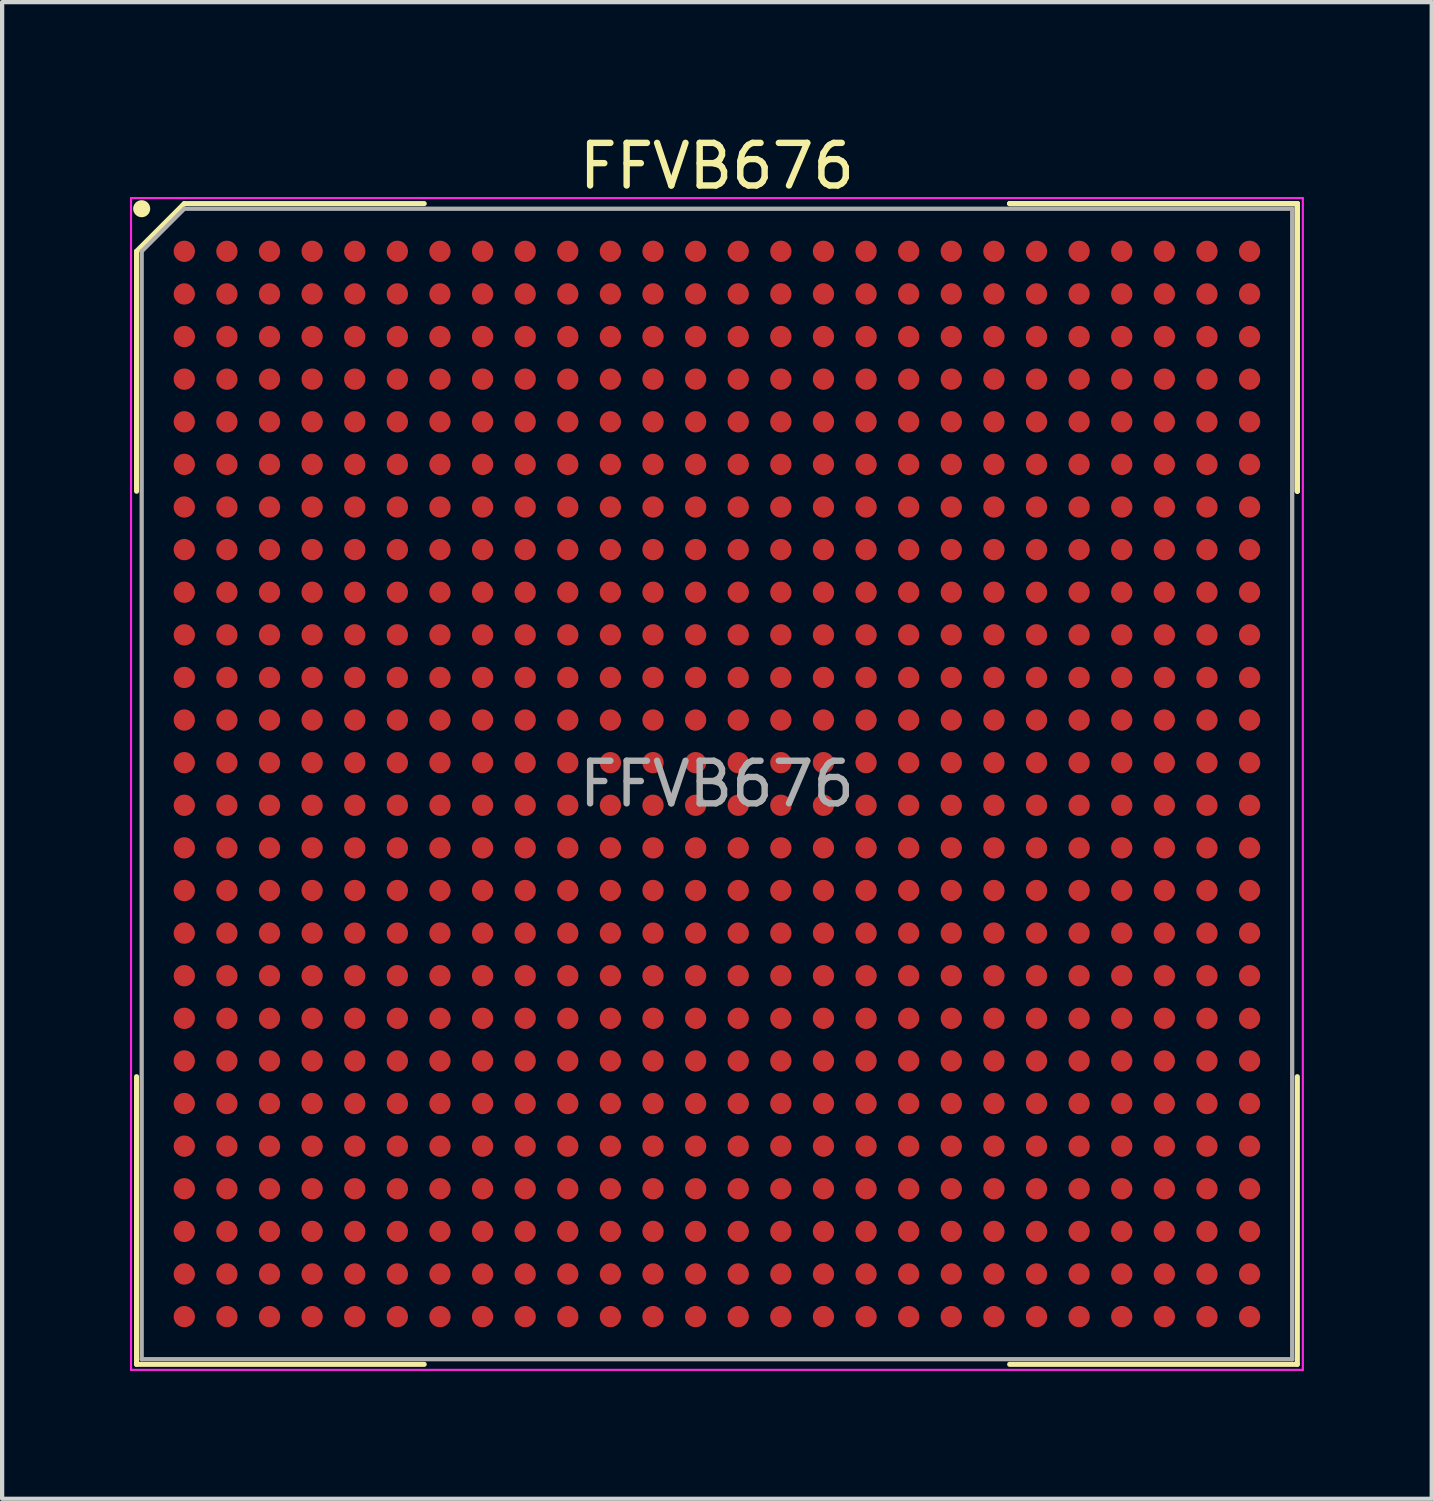
<source format=kicad_pcb>
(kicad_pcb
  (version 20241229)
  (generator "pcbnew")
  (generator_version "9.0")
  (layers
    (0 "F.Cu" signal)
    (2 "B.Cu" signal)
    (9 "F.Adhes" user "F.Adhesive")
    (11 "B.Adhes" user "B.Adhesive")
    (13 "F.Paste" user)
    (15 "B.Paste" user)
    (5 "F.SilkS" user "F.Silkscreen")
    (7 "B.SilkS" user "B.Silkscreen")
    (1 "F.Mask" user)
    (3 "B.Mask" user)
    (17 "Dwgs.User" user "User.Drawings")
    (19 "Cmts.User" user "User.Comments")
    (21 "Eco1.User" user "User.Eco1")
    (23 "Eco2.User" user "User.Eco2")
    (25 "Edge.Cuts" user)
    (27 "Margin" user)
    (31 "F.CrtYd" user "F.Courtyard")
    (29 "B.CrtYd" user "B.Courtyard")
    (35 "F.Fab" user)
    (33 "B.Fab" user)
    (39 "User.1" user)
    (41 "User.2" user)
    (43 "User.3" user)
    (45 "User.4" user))
  (footprint "FFVB676"
    (layer "F.Cu")
    (at 13.775 15.348)
    (property "Reference" "FFVB676" (at 0 -14.5 0) (layer "F.SilkS") (effects (font (size 1 1) (thickness 0.15))))
    (attr smd)
    (fp_line (start -13.62 -12.5) (end -13.62 -6.87) (stroke (width 0.12) (type solid)) (layer "F.SilkS"))
    (fp_line (start -13.62 13.62) (end -13.62 6.87) (stroke (width 0.12) (type solid)) (layer "F.SilkS"))
    (fp_line (start -12.5 -13.62) (end -13.62 -12.5) (stroke (width 0.12) (type solid)) (layer "F.SilkS"))
    (fp_line (start -6.87 -13.62) (end -12.5 -13.62) (stroke (width 0.12) (type solid)) (layer "F.SilkS"))
    (fp_line (start -6.87 13.62) (end -13.62 13.62) (stroke (width 0.12) (type solid)) (layer "F.SilkS"))
    (fp_line (start 6.87 -13.62) (end 13.62 -13.62) (stroke (width 0.12) (type solid)) (layer "F.SilkS"))
    (fp_line (start 6.87 -13.62) (end 13.62 -13.62) (stroke (width 0.12) (type solid)) (layer "F.SilkS"))
    (fp_line (start 6.87 -13.62) (end 13.62 -13.62) (stroke (width 0.12) (type solid)) (layer "F.SilkS"))
    (fp_line (start 6.87 13.62) (end 13.62 13.62) (stroke (width 0.12) (type solid)) (layer "F.SilkS"))
    (fp_line (start 13.62 -13.62) (end 13.62 -6.87) (stroke (width 0.12) (type solid)) (layer "F.SilkS"))
    (fp_line (start 13.62 -13.62) (end 13.62 -6.87) (stroke (width 0.12) (type solid)) (layer "F.SilkS"))
    (fp_line (start 13.62 -13.62) (end 13.62 -6.87) (stroke (width 0.12) (type solid)) (layer "F.SilkS"))
    (fp_line (start 13.62 13.62) (end 13.62 6.87) (stroke (width 0.12) (type solid)) (layer "F.SilkS"))
    (fp_circle (center -13.5 -13.5) (end -13.5 -13.4) (stroke (width 0.2) (type solid)) (fill no) (layer "F.SilkS"))
    (fp_line (start -13.75 -13.75) (end 13.75 -13.75) (stroke (width 0.05) (type solid)) (layer "F.CrtYd"))
    (fp_line (start -13.75 13.75) (end -13.75 -13.75) (stroke (width 0.05) (type solid)) (layer "F.CrtYd"))
    (fp_line (start 13.75 -13.75) (end 13.75 13.75) (stroke (width 0.05) (type solid)) (layer "F.CrtYd"))
    (fp_line (start 13.75 13.75) (end -13.75 13.75) (stroke (width 0.05) (type solid)) (layer "F.CrtYd"))
    (fp_line (start -13.5 -12.5) (end -13.5 13.5) (stroke (width 0.1) (type solid)) (layer "F.Fab"))
    (fp_line (start -13.5 13.5) (end 13.5 13.5) (stroke (width 0.1) (type solid)) (layer "F.Fab"))
    (fp_line (start -12.5 -13.5) (end -13.5 -12.5) (stroke (width 0.1) (type solid)) (layer "F.Fab"))
    (fp_line (start 13.5 -13.5) (end -12.5 -13.5) (stroke (width 0.1) (type solid)) (layer "F.Fab"))
    (fp_line (start 13.5 13.5) (end 13.5 -13.5) (stroke (width 0.1) (type solid)) (layer "F.Fab"))
    (fp_text user "${REFERENCE}" (at 0 0 0) (layer "F.Fab") (effects (font (size 1 1) (thickness 0.15))))
    (pad "A1" smd circle (at -12.5 -12.5) (size 0.5 0.5) (layers "F.Cu" "F.Mask" "F.Paste"))
    (pad "A2" smd circle (at -11.5 -12.5) (size 0.5 0.5) (layers "F.Cu" "F.Mask" "F.Paste"))
    (pad "A3" smd circle (at -10.5 -12.5) (size 0.5 0.5) (layers "F.Cu" "F.Mask" "F.Paste"))
    (pad "A4" smd circle (at -9.5 -12.5) (size 0.5 0.5) (layers "F.Cu" "F.Mask" "F.Paste"))
    (pad "A5" smd circle (at -8.5 -12.5) (size 0.5 0.5) (layers "F.Cu" "F.Mask" "F.Paste"))
    (pad "A6" smd circle (at -7.5 -12.5) (size 0.5 0.5) (layers "F.Cu" "F.Mask" "F.Paste"))
    (pad "A7" smd circle (at -6.5 -12.5) (size 0.5 0.5) (layers "F.Cu" "F.Mask" "F.Paste"))
    (pad "A8" smd circle (at -5.5 -12.5) (size 0.5 0.5) (layers "F.Cu" "F.Mask" "F.Paste"))
    (pad "A9" smd circle (at -4.5 -12.5) (size 0.5 0.5) (layers "F.Cu" "F.Mask" "F.Paste"))
    (pad "A10" smd circle (at -3.5 -12.5) (size 0.5 0.5) (layers "F.Cu" "F.Mask" "F.Paste"))
    (pad "A11" smd circle (at -2.5 -12.5) (size 0.5 0.5) (layers "F.Cu" "F.Mask" "F.Paste"))
    (pad "A12" smd circle (at -1.5 -12.5) (size 0.5 0.5) (layers "F.Cu" "F.Mask" "F.Paste"))
    (pad "A13" smd circle (at -0.5 -12.5) (size 0.5 0.5) (layers "F.Cu" "F.Mask" "F.Paste"))
    (pad "A14" smd circle (at 0.5 -12.5) (size 0.5 0.5) (layers "F.Cu" "F.Mask" "F.Paste"))
    (pad "A15" smd circle (at 1.5 -12.5) (size 0.5 0.5) (layers "F.Cu" "F.Mask" "F.Paste"))
    (pad "A16" smd circle (at 2.5 -12.5) (size 0.5 0.5) (layers "F.Cu" "F.Mask" "F.Paste"))
    (pad "A17" smd circle (at 3.5 -12.5) (size 0.5 0.5) (layers "F.Cu" "F.Mask" "F.Paste"))
    (pad "A18" smd circle (at 4.5 -12.5) (size 0.5 0.5) (layers "F.Cu" "F.Mask" "F.Paste"))
    (pad "A19" smd circle (at 5.5 -12.5) (size 0.5 0.5) (layers "F.Cu" "F.Mask" "F.Paste"))
    (pad "A20" smd circle (at 6.5 -12.5) (size 0.5 0.5) (layers "F.Cu" "F.Mask" "F.Paste"))
    (pad "A21" smd circle (at 7.5 -12.5) (size 0.5 0.5) (layers "F.Cu" "F.Mask" "F.Paste"))
    (pad "A22" smd circle (at 8.5 -12.5) (size 0.5 0.5) (layers "F.Cu" "F.Mask" "F.Paste"))
    (pad "A23" smd circle (at 9.5 -12.5) (size 0.5 0.5) (layers "F.Cu" "F.Mask" "F.Paste"))
    (pad "A24" smd circle (at 10.5 -12.5) (size 0.5 0.5) (layers "F.Cu" "F.Mask" "F.Paste"))
    (pad "A25" smd circle (at 11.5 -12.5) (size 0.5 0.5) (layers "F.Cu" "F.Mask" "F.Paste"))
    (pad "A26" smd circle (at 12.5 -12.5) (size 0.5 0.5) (layers "F.Cu" "F.Mask" "F.Paste"))
    (pad "AA1" smd circle (at -12.5 7.5) (size 0.5 0.5) (layers "F.Cu" "F.Mask" "F.Paste"))
    (pad "AA2" smd circle (at -11.5 7.5) (size 0.5 0.5) (layers "F.Cu" "F.Mask" "F.Paste"))
    (pad "AA3" smd circle (at -10.5 7.5) (size 0.5 0.5) (layers "F.Cu" "F.Mask" "F.Paste"))
    (pad "AA4" smd circle (at -9.5 7.5) (size 0.5 0.5) (layers "F.Cu" "F.Mask" "F.Paste"))
    (pad "AA5" smd circle (at -8.5 7.5) (size 0.5 0.5) (layers "F.Cu" "F.Mask" "F.Paste"))
    (pad "AA6" smd circle (at -7.5 7.5) (size 0.5 0.5) (layers "F.Cu" "F.Mask" "F.Paste"))
    (pad "AA7" smd circle (at -6.5 7.5) (size 0.5 0.5) (layers "F.Cu" "F.Mask" "F.Paste"))
    (pad "AA8" smd circle (at -5.5 7.5) (size 0.5 0.5) (layers "F.Cu" "F.Mask" "F.Paste"))
    (pad "AA9" smd circle (at -4.5 7.5) (size 0.5 0.5) (layers "F.Cu" "F.Mask" "F.Paste"))
    (pad "AA10" smd circle (at -3.5 7.5) (size 0.5 0.5) (layers "F.Cu" "F.Mask" "F.Paste"))
    (pad "AA11" smd circle (at -2.5 7.5) (size 0.5 0.5) (layers "F.Cu" "F.Mask" "F.Paste"))
    (pad "AA12" smd circle (at -1.5 7.5) (size 0.5 0.5) (layers "F.Cu" "F.Mask" "F.Paste"))
    (pad "AA13" smd circle (at -0.5 7.5) (size 0.5 0.5) (layers "F.Cu" "F.Mask" "F.Paste"))
    (pad "AA14" smd circle (at 0.5 7.5) (size 0.5 0.5) (layers "F.Cu" "F.Mask" "F.Paste"))
    (pad "AA15" smd circle (at 1.5 7.5) (size 0.5 0.5) (layers "F.Cu" "F.Mask" "F.Paste"))
    (pad "AA16" smd circle (at 2.5 7.5) (size 0.5 0.5) (layers "F.Cu" "F.Mask" "F.Paste"))
    (pad "AA17" smd circle (at 3.5 7.5) (size 0.5 0.5) (layers "F.Cu" "F.Mask" "F.Paste"))
    (pad "AA18" smd circle (at 4.5 7.5) (size 0.5 0.5) (layers "F.Cu" "F.Mask" "F.Paste"))
    (pad "AA19" smd circle (at 5.5 7.5) (size 0.5 0.5) (layers "F.Cu" "F.Mask" "F.Paste"))
    (pad "AA20" smd circle (at 6.5 7.5) (size 0.5 0.5) (layers "F.Cu" "F.Mask" "F.Paste"))
    (pad "AA21" smd circle (at 7.5 7.5) (size 0.5 0.5) (layers "F.Cu" "F.Mask" "F.Paste"))
    (pad "AA22" smd circle (at 8.5 7.5) (size 0.5 0.5) (layers "F.Cu" "F.Mask" "F.Paste"))
    (pad "AA23" smd circle (at 9.5 7.5) (size 0.5 0.5) (layers "F.Cu" "F.Mask" "F.Paste"))
    (pad "AA24" smd circle (at 10.5 7.5) (size 0.5 0.5) (layers "F.Cu" "F.Mask" "F.Paste"))
    (pad "AA25" smd circle (at 11.5 7.5) (size 0.5 0.5) (layers "F.Cu" "F.Mask" "F.Paste"))
    (pad "AA26" smd circle (at 12.5 7.5) (size 0.5 0.5) (layers "F.Cu" "F.Mask" "F.Paste"))
    (pad "AB1" smd circle (at -12.5 8.5) (size 0.5 0.5) (layers "F.Cu" "F.Mask" "F.Paste"))
    (pad "AB2" smd circle (at -11.5 8.5) (size 0.5 0.5) (layers "F.Cu" "F.Mask" "F.Paste"))
    (pad "AB3" smd circle (at -10.5 8.5) (size 0.5 0.5) (layers "F.Cu" "F.Mask" "F.Paste"))
    (pad "AB4" smd circle (at -9.5 8.5) (size 0.5 0.5) (layers "F.Cu" "F.Mask" "F.Paste"))
    (pad "AB5" smd circle (at -8.5 8.5) (size 0.5 0.5) (layers "F.Cu" "F.Mask" "F.Paste"))
    (pad "AB6" smd circle (at -7.5 8.5) (size 0.5 0.5) (layers "F.Cu" "F.Mask" "F.Paste"))
    (pad "AB7" smd circle (at -6.5 8.5) (size 0.5 0.5) (layers "F.Cu" "F.Mask" "F.Paste"))
    (pad "AB8" smd circle (at -5.5 8.5) (size 0.5 0.5) (layers "F.Cu" "F.Mask" "F.Paste"))
    (pad "AB9" smd circle (at -4.5 8.5) (size 0.5 0.5) (layers "F.Cu" "F.Mask" "F.Paste"))
    (pad "AB10" smd circle (at -3.5 8.5) (size 0.5 0.5) (layers "F.Cu" "F.Mask" "F.Paste"))
    (pad "AB11" smd circle (at -2.5 8.5) (size 0.5 0.5) (layers "F.Cu" "F.Mask" "F.Paste"))
    (pad "AB12" smd circle (at -1.5 8.5) (size 0.5 0.5) (layers "F.Cu" "F.Mask" "F.Paste"))
    (pad "AB13" smd circle (at -0.5 8.5) (size 0.5 0.5) (layers "F.Cu" "F.Mask" "F.Paste"))
    (pad "AB14" smd circle (at 0.5 8.5) (size 0.5 0.5) (layers "F.Cu" "F.Mask" "F.Paste"))
    (pad "AB15" smd circle (at 1.5 8.5) (size 0.5 0.5) (layers "F.Cu" "F.Mask" "F.Paste"))
    (pad "AB16" smd circle (at 2.5 8.5) (size 0.5 0.5) (layers "F.Cu" "F.Mask" "F.Paste"))
    (pad "AB17" smd circle (at 3.5 8.5) (size 0.5 0.5) (layers "F.Cu" "F.Mask" "F.Paste"))
    (pad "AB18" smd circle (at 4.5 8.5) (size 0.5 0.5) (layers "F.Cu" "F.Mask" "F.Paste"))
    (pad "AB19" smd circle (at 5.5 8.5) (size 0.5 0.5) (layers "F.Cu" "F.Mask" "F.Paste"))
    (pad "AB20" smd circle (at 6.5 8.5) (size 0.5 0.5) (layers "F.Cu" "F.Mask" "F.Paste"))
    (pad "AB21" smd circle (at 7.5 8.5) (size 0.5 0.5) (layers "F.Cu" "F.Mask" "F.Paste"))
    (pad "AB22" smd circle (at 8.5 8.5) (size 0.5 0.5) (layers "F.Cu" "F.Mask" "F.Paste"))
    (pad "AB23" smd circle (at 9.5 8.5) (size 0.5 0.5) (layers "F.Cu" "F.Mask" "F.Paste"))
    (pad "AB24" smd circle (at 10.5 8.5) (size 0.5 0.5) (layers "F.Cu" "F.Mask" "F.Paste"))
    (pad "AB25" smd circle (at 11.5 8.5) (size 0.5 0.5) (layers "F.Cu" "F.Mask" "F.Paste"))
    (pad "AB26" smd circle (at 12.5 8.5) (size 0.5 0.5) (layers "F.Cu" "F.Mask" "F.Paste"))
    (pad "AC1" smd circle (at -12.5 9.5) (size 0.5 0.5) (layers "F.Cu" "F.Mask" "F.Paste"))
    (pad "AC2" smd circle (at -11.5 9.5) (size 0.5 0.5) (layers "F.Cu" "F.Mask" "F.Paste"))
    (pad "AC3" smd circle (at -10.5 9.5) (size 0.5 0.5) (layers "F.Cu" "F.Mask" "F.Paste"))
    (pad "AC4" smd circle (at -9.5 9.5) (size 0.5 0.5) (layers "F.Cu" "F.Mask" "F.Paste"))
    (pad "AC5" smd circle (at -8.5 9.5) (size 0.5 0.5) (layers "F.Cu" "F.Mask" "F.Paste"))
    (pad "AC6" smd circle (at -7.5 9.5) (size 0.5 0.5) (layers "F.Cu" "F.Mask" "F.Paste"))
    (pad "AC7" smd circle (at -6.5 9.5) (size 0.5 0.5) (layers "F.Cu" "F.Mask" "F.Paste"))
    (pad "AC8" smd circle (at -5.5 9.5) (size 0.5 0.5) (layers "F.Cu" "F.Mask" "F.Paste"))
    (pad "AC9" smd circle (at -4.5 9.5) (size 0.5 0.5) (layers "F.Cu" "F.Mask" "F.Paste"))
    (pad "AC10" smd circle (at -3.5 9.5) (size 0.5 0.5) (layers "F.Cu" "F.Mask" "F.Paste"))
    (pad "AC11" smd circle (at -2.5 9.5) (size 0.5 0.5) (layers "F.Cu" "F.Mask" "F.Paste"))
    (pad "AC12" smd circle (at -1.5 9.5) (size 0.5 0.5) (layers "F.Cu" "F.Mask" "F.Paste"))
    (pad "AC13" smd circle (at -0.5 9.5) (size 0.5 0.5) (layers "F.Cu" "F.Mask" "F.Paste"))
    (pad "AC14" smd circle (at 0.5 9.5) (size 0.5 0.5) (layers "F.Cu" "F.Mask" "F.Paste"))
    (pad "AC15" smd circle (at 1.5 9.5) (size 0.5 0.5) (layers "F.Cu" "F.Mask" "F.Paste"))
    (pad "AC16" smd circle (at 2.5 9.5) (size 0.5 0.5) (layers "F.Cu" "F.Mask" "F.Paste"))
    (pad "AC17" smd circle (at 3.5 9.5) (size 0.5 0.5) (layers "F.Cu" "F.Mask" "F.Paste"))
    (pad "AC18" smd circle (at 4.5 9.5) (size 0.5 0.5) (layers "F.Cu" "F.Mask" "F.Paste"))
    (pad "AC19" smd circle (at 5.5 9.5) (size 0.5 0.5) (layers "F.Cu" "F.Mask" "F.Paste"))
    (pad "AC20" smd circle (at 6.5 9.5) (size 0.5 0.5) (layers "F.Cu" "F.Mask" "F.Paste"))
    (pad "AC21" smd circle (at 7.5 9.5) (size 0.5 0.5) (layers "F.Cu" "F.Mask" "F.Paste"))
    (pad "AC22" smd circle (at 8.5 9.5) (size 0.5 0.5) (layers "F.Cu" "F.Mask" "F.Paste"))
    (pad "AC23" smd circle (at 9.5 9.5) (size 0.5 0.5) (layers "F.Cu" "F.Mask" "F.Paste"))
    (pad "AC24" smd circle (at 10.5 9.5) (size 0.5 0.5) (layers "F.Cu" "F.Mask" "F.Paste"))
    (pad "AC25" smd circle (at 11.5 9.5) (size 0.5 0.5) (layers "F.Cu" "F.Mask" "F.Paste"))
    (pad "AC26" smd circle (at 12.5 9.5) (size 0.5 0.5) (layers "F.Cu" "F.Mask" "F.Paste"))
    (pad "AD1" smd circle (at -12.5 10.5) (size 0.5 0.5) (layers "F.Cu" "F.Mask" "F.Paste"))
    (pad "AD2" smd circle (at -11.5 10.5) (size 0.5 0.5) (layers "F.Cu" "F.Mask" "F.Paste"))
    (pad "AD3" smd circle (at -10.5 10.5) (size 0.5 0.5) (layers "F.Cu" "F.Mask" "F.Paste"))
    (pad "AD4" smd circle (at -9.5 10.5) (size 0.5 0.5) (layers "F.Cu" "F.Mask" "F.Paste"))
    (pad "AD5" smd circle (at -8.5 10.5) (size 0.5 0.5) (layers "F.Cu" "F.Mask" "F.Paste"))
    (pad "AD6" smd circle (at -7.5 10.5) (size 0.5 0.5) (layers "F.Cu" "F.Mask" "F.Paste"))
    (pad "AD7" smd circle (at -6.5 10.5) (size 0.5 0.5) (layers "F.Cu" "F.Mask" "F.Paste"))
    (pad "AD8" smd circle (at -5.5 10.5) (size 0.5 0.5) (layers "F.Cu" "F.Mask" "F.Paste"))
    (pad "AD9" smd circle (at -4.5 10.5) (size 0.5 0.5) (layers "F.Cu" "F.Mask" "F.Paste"))
    (pad "AD10" smd circle (at -3.5 10.5) (size 0.5 0.5) (layers "F.Cu" "F.Mask" "F.Paste"))
    (pad "AD11" smd circle (at -2.5 10.5) (size 0.5 0.5) (layers "F.Cu" "F.Mask" "F.Paste"))
    (pad "AD12" smd circle (at -1.5 10.5) (size 0.5 0.5) (layers "F.Cu" "F.Mask" "F.Paste"))
    (pad "AD13" smd circle (at -0.5 10.5) (size 0.5 0.5) (layers "F.Cu" "F.Mask" "F.Paste"))
    (pad "AD14" smd circle (at 0.5 10.5) (size 0.5 0.5) (layers "F.Cu" "F.Mask" "F.Paste"))
    (pad "AD15" smd circle (at 1.5 10.5) (size 0.5 0.5) (layers "F.Cu" "F.Mask" "F.Paste"))
    (pad "AD16" smd circle (at 2.5 10.5) (size 0.5 0.5) (layers "F.Cu" "F.Mask" "F.Paste"))
    (pad "AD17" smd circle (at 3.5 10.5) (size 0.5 0.5) (layers "F.Cu" "F.Mask" "F.Paste"))
    (pad "AD18" smd circle (at 4.5 10.5) (size 0.5 0.5) (layers "F.Cu" "F.Mask" "F.Paste"))
    (pad "AD19" smd circle (at 5.5 10.5) (size 0.5 0.5) (layers "F.Cu" "F.Mask" "F.Paste"))
    (pad "AD20" smd circle (at 6.5 10.5) (size 0.5 0.5) (layers "F.Cu" "F.Mask" "F.Paste"))
    (pad "AD21" smd circle (at 7.5 10.5) (size 0.5 0.5) (layers "F.Cu" "F.Mask" "F.Paste"))
    (pad "AD22" smd circle (at 8.5 10.5) (size 0.5 0.5) (layers "F.Cu" "F.Mask" "F.Paste"))
    (pad "AD23" smd circle (at 9.5 10.5) (size 0.5 0.5) (layers "F.Cu" "F.Mask" "F.Paste"))
    (pad "AD24" smd circle (at 10.5 10.5) (size 0.5 0.5) (layers "F.Cu" "F.Mask" "F.Paste"))
    (pad "AD25" smd circle (at 11.5 10.5) (size 0.5 0.5) (layers "F.Cu" "F.Mask" "F.Paste"))
    (pad "AD26" smd circle (at 12.5 10.5) (size 0.5 0.5) (layers "F.Cu" "F.Mask" "F.Paste"))
    (pad "AE1" smd circle (at -12.5 11.5) (size 0.5 0.5) (layers "F.Cu" "F.Mask" "F.Paste"))
    (pad "AE2" smd circle (at -11.5 11.5) (size 0.5 0.5) (layers "F.Cu" "F.Mask" "F.Paste"))
    (pad "AE3" smd circle (at -10.5 11.5) (size 0.5 0.5) (layers "F.Cu" "F.Mask" "F.Paste"))
    (pad "AE4" smd circle (at -9.5 11.5) (size 0.5 0.5) (layers "F.Cu" "F.Mask" "F.Paste"))
    (pad "AE5" smd circle (at -8.5 11.5) (size 0.5 0.5) (layers "F.Cu" "F.Mask" "F.Paste"))
    (pad "AE6" smd circle (at -7.5 11.5) (size 0.5 0.5) (layers "F.Cu" "F.Mask" "F.Paste"))
    (pad "AE7" smd circle (at -6.5 11.5) (size 0.5 0.5) (layers "F.Cu" "F.Mask" "F.Paste"))
    (pad "AE8" smd circle (at -5.5 11.5) (size 0.5 0.5) (layers "F.Cu" "F.Mask" "F.Paste"))
    (pad "AE9" smd circle (at -4.5 11.5) (size 0.5 0.5) (layers "F.Cu" "F.Mask" "F.Paste"))
    (pad "AE10" smd circle (at -3.5 11.5) (size 0.5 0.5) (layers "F.Cu" "F.Mask" "F.Paste"))
    (pad "AE11" smd circle (at -2.5 11.5) (size 0.5 0.5) (layers "F.Cu" "F.Mask" "F.Paste"))
    (pad "AE12" smd circle (at -1.5 11.5) (size 0.5 0.5) (layers "F.Cu" "F.Mask" "F.Paste"))
    (pad "AE13" smd circle (at -0.5 11.5) (size 0.5 0.5) (layers "F.Cu" "F.Mask" "F.Paste"))
    (pad "AE14" smd circle (at 0.5 11.5) (size 0.5 0.5) (layers "F.Cu" "F.Mask" "F.Paste"))
    (pad "AE15" smd circle (at 1.5 11.5) (size 0.5 0.5) (layers "F.Cu" "F.Mask" "F.Paste"))
    (pad "AE16" smd circle (at 2.5 11.5) (size 0.5 0.5) (layers "F.Cu" "F.Mask" "F.Paste"))
    (pad "AE17" smd circle (at 3.5 11.5) (size 0.5 0.5) (layers "F.Cu" "F.Mask" "F.Paste"))
    (pad "AE18" smd circle (at 4.5 11.5) (size 0.5 0.5) (layers "F.Cu" "F.Mask" "F.Paste"))
    (pad "AE19" smd circle (at 5.5 11.5) (size 0.5 0.5) (layers "F.Cu" "F.Mask" "F.Paste"))
    (pad "AE20" smd circle (at 6.5 11.5) (size 0.5 0.5) (layers "F.Cu" "F.Mask" "F.Paste"))
    (pad "AE21" smd circle (at 7.5 11.5) (size 0.5 0.5) (layers "F.Cu" "F.Mask" "F.Paste"))
    (pad "AE22" smd circle (at 8.5 11.5) (size 0.5 0.5) (layers "F.Cu" "F.Mask" "F.Paste"))
    (pad "AE23" smd circle (at 9.5 11.5) (size 0.5 0.5) (layers "F.Cu" "F.Mask" "F.Paste"))
    (pad "AE24" smd circle (at 10.5 11.5) (size 0.5 0.5) (layers "F.Cu" "F.Mask" "F.Paste"))
    (pad "AE25" smd circle (at 11.5 11.5) (size 0.5 0.5) (layers "F.Cu" "F.Mask" "F.Paste"))
    (pad "AE26" smd circle (at 12.5 11.5) (size 0.5 0.5) (layers "F.Cu" "F.Mask" "F.Paste"))
    (pad "AF1" smd circle (at -12.5 12.5) (size 0.5 0.5) (layers "F.Cu" "F.Mask" "F.Paste"))
    (pad "AF2" smd circle (at -11.5 12.5) (size 0.5 0.5) (layers "F.Cu" "F.Mask" "F.Paste"))
    (pad "AF3" smd circle (at -10.5 12.5) (size 0.5 0.5) (layers "F.Cu" "F.Mask" "F.Paste"))
    (pad "AF4" smd circle (at -9.5 12.5) (size 0.5 0.5) (layers "F.Cu" "F.Mask" "F.Paste"))
    (pad "AF5" smd circle (at -8.5 12.5) (size 0.5 0.5) (layers "F.Cu" "F.Mask" "F.Paste"))
    (pad "AF6" smd circle (at -7.5 12.5) (size 0.5 0.5) (layers "F.Cu" "F.Mask" "F.Paste"))
    (pad "AF7" smd circle (at -6.5 12.5) (size 0.5 0.5) (layers "F.Cu" "F.Mask" "F.Paste"))
    (pad "AF8" smd circle (at -5.5 12.5) (size 0.5 0.5) (layers "F.Cu" "F.Mask" "F.Paste"))
    (pad "AF9" smd circle (at -4.5 12.5) (size 0.5 0.5) (layers "F.Cu" "F.Mask" "F.Paste"))
    (pad "AF10" smd circle (at -3.5 12.5) (size 0.5 0.5) (layers "F.Cu" "F.Mask" "F.Paste"))
    (pad "AF11" smd circle (at -2.5 12.5) (size 0.5 0.5) (layers "F.Cu" "F.Mask" "F.Paste"))
    (pad "AF12" smd circle (at -1.5 12.5) (size 0.5 0.5) (layers "F.Cu" "F.Mask" "F.Paste"))
    (pad "AF13" smd circle (at -0.5 12.5) (size 0.5 0.5) (layers "F.Cu" "F.Mask" "F.Paste"))
    (pad "AF14" smd circle (at 0.5 12.5) (size 0.5 0.5) (layers "F.Cu" "F.Mask" "F.Paste"))
    (pad "AF15" smd circle (at 1.5 12.5) (size 0.5 0.5) (layers "F.Cu" "F.Mask" "F.Paste"))
    (pad "AF16" smd circle (at 2.5 12.5) (size 0.5 0.5) (layers "F.Cu" "F.Mask" "F.Paste"))
    (pad "AF17" smd circle (at 3.5 12.5) (size 0.5 0.5) (layers "F.Cu" "F.Mask" "F.Paste"))
    (pad "AF18" smd circle (at 4.5 12.5) (size 0.5 0.5) (layers "F.Cu" "F.Mask" "F.Paste"))
    (pad "AF19" smd circle (at 5.5 12.5) (size 0.5 0.5) (layers "F.Cu" "F.Mask" "F.Paste"))
    (pad "AF20" smd circle (at 6.5 12.5) (size 0.5 0.5) (layers "F.Cu" "F.Mask" "F.Paste"))
    (pad "AF21" smd circle (at 7.5 12.5) (size 0.5 0.5) (layers "F.Cu" "F.Mask" "F.Paste"))
    (pad "AF22" smd circle (at 8.5 12.5) (size 0.5 0.5) (layers "F.Cu" "F.Mask" "F.Paste"))
    (pad "AF23" smd circle (at 9.5 12.5) (size 0.5 0.5) (layers "F.Cu" "F.Mask" "F.Paste"))
    (pad "AF24" smd circle (at 10.5 12.5) (size 0.5 0.5) (layers "F.Cu" "F.Mask" "F.Paste"))
    (pad "AF25" smd circle (at 11.5 12.5) (size 0.5 0.5) (layers "F.Cu" "F.Mask" "F.Paste"))
    (pad "AF26" smd circle (at 12.5 12.5) (size 0.5 0.5) (layers "F.Cu" "F.Mask" "F.Paste"))
    (pad "B1" smd circle (at -12.5 -11.5) (size 0.5 0.5) (layers "F.Cu" "F.Mask" "F.Paste"))
    (pad "B2" smd circle (at -11.5 -11.5) (size 0.5 0.5) (layers "F.Cu" "F.Mask" "F.Paste"))
    (pad "B3" smd circle (at -10.5 -11.5) (size 0.5 0.5) (layers "F.Cu" "F.Mask" "F.Paste"))
    (pad "B4" smd circle (at -9.5 -11.5) (size 0.5 0.5) (layers "F.Cu" "F.Mask" "F.Paste"))
    (pad "B5" smd circle (at -8.5 -11.5) (size 0.5 0.5) (layers "F.Cu" "F.Mask" "F.Paste"))
    (pad "B6" smd circle (at -7.5 -11.5) (size 0.5 0.5) (layers "F.Cu" "F.Mask" "F.Paste"))
    (pad "B7" smd circle (at -6.5 -11.5) (size 0.5 0.5) (layers "F.Cu" "F.Mask" "F.Paste"))
    (pad "B8" smd circle (at -5.5 -11.5) (size 0.5 0.5) (layers "F.Cu" "F.Mask" "F.Paste"))
    (pad "B9" smd circle (at -4.5 -11.5) (size 0.5 0.5) (layers "F.Cu" "F.Mask" "F.Paste"))
    (pad "B10" smd circle (at -3.5 -11.5) (size 0.5 0.5) (layers "F.Cu" "F.Mask" "F.Paste"))
    (pad "B11" smd circle (at -2.5 -11.5) (size 0.5 0.5) (layers "F.Cu" "F.Mask" "F.Paste"))
    (pad "B12" smd circle (at -1.5 -11.5) (size 0.5 0.5) (layers "F.Cu" "F.Mask" "F.Paste"))
    (pad "B13" smd circle (at -0.5 -11.5) (size 0.5 0.5) (layers "F.Cu" "F.Mask" "F.Paste"))
    (pad "B14" smd circle (at 0.5 -11.5) (size 0.5 0.5) (layers "F.Cu" "F.Mask" "F.Paste"))
    (pad "B15" smd circle (at 1.5 -11.5) (size 0.5 0.5) (layers "F.Cu" "F.Mask" "F.Paste"))
    (pad "B16" smd circle (at 2.5 -11.5) (size 0.5 0.5) (layers "F.Cu" "F.Mask" "F.Paste"))
    (pad "B17" smd circle (at 3.5 -11.5) (size 0.5 0.5) (layers "F.Cu" "F.Mask" "F.Paste"))
    (pad "B18" smd circle (at 4.5 -11.5) (size 0.5 0.5) (layers "F.Cu" "F.Mask" "F.Paste"))
    (pad "B19" smd circle (at 5.5 -11.5) (size 0.5 0.5) (layers "F.Cu" "F.Mask" "F.Paste"))
    (pad "B20" smd circle (at 6.5 -11.5) (size 0.5 0.5) (layers "F.Cu" "F.Mask" "F.Paste"))
    (pad "B21" smd circle (at 7.5 -11.5) (size 0.5 0.5) (layers "F.Cu" "F.Mask" "F.Paste"))
    (pad "B22" smd circle (at 8.5 -11.5) (size 0.5 0.5) (layers "F.Cu" "F.Mask" "F.Paste"))
    (pad "B23" smd circle (at 9.5 -11.5) (size 0.5 0.5) (layers "F.Cu" "F.Mask" "F.Paste"))
    (pad "B24" smd circle (at 10.5 -11.5) (size 0.5 0.5) (layers "F.Cu" "F.Mask" "F.Paste"))
    (pad "B25" smd circle (at 11.5 -11.5) (size 0.5 0.5) (layers "F.Cu" "F.Mask" "F.Paste"))
    (pad "B26" smd circle (at 12.5 -11.5) (size 0.5 0.5) (layers "F.Cu" "F.Mask" "F.Paste"))
    (pad "C1" smd circle (at -12.5 -10.5) (size 0.5 0.5) (layers "F.Cu" "F.Mask" "F.Paste"))
    (pad "C2" smd circle (at -11.5 -10.5) (size 0.5 0.5) (layers "F.Cu" "F.Mask" "F.Paste"))
    (pad "C3" smd circle (at -10.5 -10.5) (size 0.5 0.5) (layers "F.Cu" "F.Mask" "F.Paste"))
    (pad "C4" smd circle (at -9.5 -10.5) (size 0.5 0.5) (layers "F.Cu" "F.Mask" "F.Paste"))
    (pad "C5" smd circle (at -8.5 -10.5) (size 0.5 0.5) (layers "F.Cu" "F.Mask" "F.Paste"))
    (pad "C6" smd circle (at -7.5 -10.5) (size 0.5 0.5) (layers "F.Cu" "F.Mask" "F.Paste"))
    (pad "C7" smd circle (at -6.5 -10.5) (size 0.5 0.5) (layers "F.Cu" "F.Mask" "F.Paste"))
    (pad "C8" smd circle (at -5.5 -10.5) (size 0.5 0.5) (layers "F.Cu" "F.Mask" "F.Paste"))
    (pad "C9" smd circle (at -4.5 -10.5) (size 0.5 0.5) (layers "F.Cu" "F.Mask" "F.Paste"))
    (pad "C10" smd circle (at -3.5 -10.5) (size 0.5 0.5) (layers "F.Cu" "F.Mask" "F.Paste"))
    (pad "C11" smd circle (at -2.5 -10.5) (size 0.5 0.5) (layers "F.Cu" "F.Mask" "F.Paste"))
    (pad "C12" smd circle (at -1.5 -10.5) (size 0.5 0.5) (layers "F.Cu" "F.Mask" "F.Paste"))
    (pad "C13" smd circle (at -0.5 -10.5) (size 0.5 0.5) (layers "F.Cu" "F.Mask" "F.Paste"))
    (pad "C14" smd circle (at 0.5 -10.5) (size 0.5 0.5) (layers "F.Cu" "F.Mask" "F.Paste"))
    (pad "C15" smd circle (at 1.5 -10.5) (size 0.5 0.5) (layers "F.Cu" "F.Mask" "F.Paste"))
    (pad "C16" smd circle (at 2.5 -10.5) (size 0.5 0.5) (layers "F.Cu" "F.Mask" "F.Paste"))
    (pad "C17" smd circle (at 3.5 -10.5) (size 0.5 0.5) (layers "F.Cu" "F.Mask" "F.Paste"))
    (pad "C18" smd circle (at 4.5 -10.5) (size 0.5 0.5) (layers "F.Cu" "F.Mask" "F.Paste"))
    (pad "C19" smd circle (at 5.5 -10.5) (size 0.5 0.5) (layers "F.Cu" "F.Mask" "F.Paste"))
    (pad "C20" smd circle (at 6.5 -10.5) (size 0.5 0.5) (layers "F.Cu" "F.Mask" "F.Paste"))
    (pad "C21" smd circle (at 7.5 -10.5) (size 0.5 0.5) (layers "F.Cu" "F.Mask" "F.Paste"))
    (pad "C22" smd circle (at 8.5 -10.5) (size 0.5 0.5) (layers "F.Cu" "F.Mask" "F.Paste"))
    (pad "C23" smd circle (at 9.5 -10.5) (size 0.5 0.5) (layers "F.Cu" "F.Mask" "F.Paste"))
    (pad "C24" smd circle (at 10.5 -10.5) (size 0.5 0.5) (layers "F.Cu" "F.Mask" "F.Paste"))
    (pad "C25" smd circle (at 11.5 -10.5) (size 0.5 0.5) (layers "F.Cu" "F.Mask" "F.Paste"))
    (pad "C26" smd circle (at 12.5 -10.5) (size 0.5 0.5) (layers "F.Cu" "F.Mask" "F.Paste"))
    (pad "D1" smd circle (at -12.5 -9.5) (size 0.5 0.5) (layers "F.Cu" "F.Mask" "F.Paste"))
    (pad "D2" smd circle (at -11.5 -9.5) (size 0.5 0.5) (layers "F.Cu" "F.Mask" "F.Paste"))
    (pad "D3" smd circle (at -10.5 -9.5) (size 0.5 0.5) (layers "F.Cu" "F.Mask" "F.Paste"))
    (pad "D4" smd circle (at -9.5 -9.5) (size 0.5 0.5) (layers "F.Cu" "F.Mask" "F.Paste"))
    (pad "D5" smd circle (at -8.5 -9.5) (size 0.5 0.5) (layers "F.Cu" "F.Mask" "F.Paste"))
    (pad "D6" smd circle (at -7.5 -9.5) (size 0.5 0.5) (layers "F.Cu" "F.Mask" "F.Paste"))
    (pad "D7" smd circle (at -6.5 -9.5) (size 0.5 0.5) (layers "F.Cu" "F.Mask" "F.Paste"))
    (pad "D8" smd circle (at -5.5 -9.5) (size 0.5 0.5) (layers "F.Cu" "F.Mask" "F.Paste"))
    (pad "D9" smd circle (at -4.5 -9.5) (size 0.5 0.5) (layers "F.Cu" "F.Mask" "F.Paste"))
    (pad "D10" smd circle (at -3.5 -9.5) (size 0.5 0.5) (layers "F.Cu" "F.Mask" "F.Paste"))
    (pad "D11" smd circle (at -2.5 -9.5) (size 0.5 0.5) (layers "F.Cu" "F.Mask" "F.Paste"))
    (pad "D12" smd circle (at -1.5 -9.5) (size 0.5 0.5) (layers "F.Cu" "F.Mask" "F.Paste"))
    (pad "D13" smd circle (at -0.5 -9.5) (size 0.5 0.5) (layers "F.Cu" "F.Mask" "F.Paste"))
    (pad "D14" smd circle (at 0.5 -9.5) (size 0.5 0.5) (layers "F.Cu" "F.Mask" "F.Paste"))
    (pad "D15" smd circle (at 1.5 -9.5) (size 0.5 0.5) (layers "F.Cu" "F.Mask" "F.Paste"))
    (pad "D16" smd circle (at 2.5 -9.5) (size 0.5 0.5) (layers "F.Cu" "F.Mask" "F.Paste"))
    (pad "D17" smd circle (at 3.5 -9.5) (size 0.5 0.5) (layers "F.Cu" "F.Mask" "F.Paste"))
    (pad "D18" smd circle (at 4.5 -9.5) (size 0.5 0.5) (layers "F.Cu" "F.Mask" "F.Paste"))
    (pad "D19" smd circle (at 5.5 -9.5) (size 0.5 0.5) (layers "F.Cu" "F.Mask" "F.Paste"))
    (pad "D20" smd circle (at 6.5 -9.5) (size 0.5 0.5) (layers "F.Cu" "F.Mask" "F.Paste"))
    (pad "D21" smd circle (at 7.5 -9.5) (size 0.5 0.5) (layers "F.Cu" "F.Mask" "F.Paste"))
    (pad "D22" smd circle (at 8.5 -9.5) (size 0.5 0.5) (layers "F.Cu" "F.Mask" "F.Paste"))
    (pad "D23" smd circle (at 9.5 -9.5) (size 0.5 0.5) (layers "F.Cu" "F.Mask" "F.Paste"))
    (pad "D24" smd circle (at 10.5 -9.5) (size 0.5 0.5) (layers "F.Cu" "F.Mask" "F.Paste"))
    (pad "D25" smd circle (at 11.5 -9.5) (size 0.5 0.5) (layers "F.Cu" "F.Mask" "F.Paste"))
    (pad "D26" smd circle (at 12.5 -9.5) (size 0.5 0.5) (layers "F.Cu" "F.Mask" "F.Paste"))
    (pad "E1" smd circle (at -12.5 -8.5) (size 0.5 0.5) (layers "F.Cu" "F.Mask" "F.Paste"))
    (pad "E2" smd circle (at -11.5 -8.5) (size 0.5 0.5) (layers "F.Cu" "F.Mask" "F.Paste"))
    (pad "E3" smd circle (at -10.5 -8.5) (size 0.5 0.5) (layers "F.Cu" "F.Mask" "F.Paste"))
    (pad "E4" smd circle (at -9.5 -8.5) (size 0.5 0.5) (layers "F.Cu" "F.Mask" "F.Paste"))
    (pad "E5" smd circle (at -8.5 -8.5) (size 0.5 0.5) (layers "F.Cu" "F.Mask" "F.Paste"))
    (pad "E6" smd circle (at -7.5 -8.5) (size 0.5 0.5) (layers "F.Cu" "F.Mask" "F.Paste"))
    (pad "E7" smd circle (at -6.5 -8.5) (size 0.5 0.5) (layers "F.Cu" "F.Mask" "F.Paste"))
    (pad "E8" smd circle (at -5.5 -8.5) (size 0.5 0.5) (layers "F.Cu" "F.Mask" "F.Paste"))
    (pad "E9" smd circle (at -4.5 -8.5) (size 0.5 0.5) (layers "F.Cu" "F.Mask" "F.Paste"))
    (pad "E10" smd circle (at -3.5 -8.5) (size 0.5 0.5) (layers "F.Cu" "F.Mask" "F.Paste"))
    (pad "E11" smd circle (at -2.5 -8.5) (size 0.5 0.5) (layers "F.Cu" "F.Mask" "F.Paste"))
    (pad "E12" smd circle (at -1.5 -8.5) (size 0.5 0.5) (layers "F.Cu" "F.Mask" "F.Paste"))
    (pad "E13" smd circle (at -0.5 -8.5) (size 0.5 0.5) (layers "F.Cu" "F.Mask" "F.Paste"))
    (pad "E14" smd circle (at 0.5 -8.5) (size 0.5 0.5) (layers "F.Cu" "F.Mask" "F.Paste"))
    (pad "E15" smd circle (at 1.5 -8.5) (size 0.5 0.5) (layers "F.Cu" "F.Mask" "F.Paste"))
    (pad "E16" smd circle (at 2.5 -8.5) (size 0.5 0.5) (layers "F.Cu" "F.Mask" "F.Paste"))
    (pad "E17" smd circle (at 3.5 -8.5) (size 0.5 0.5) (layers "F.Cu" "F.Mask" "F.Paste"))
    (pad "E18" smd circle (at 4.5 -8.5) (size 0.5 0.5) (layers "F.Cu" "F.Mask" "F.Paste"))
    (pad "E19" smd circle (at 5.5 -8.5) (size 0.5 0.5) (layers "F.Cu" "F.Mask" "F.Paste"))
    (pad "E20" smd circle (at 6.5 -8.5) (size 0.5 0.5) (layers "F.Cu" "F.Mask" "F.Paste"))
    (pad "E21" smd circle (at 7.5 -8.5) (size 0.5 0.5) (layers "F.Cu" "F.Mask" "F.Paste"))
    (pad "E22" smd circle (at 8.5 -8.5) (size 0.5 0.5) (layers "F.Cu" "F.Mask" "F.Paste"))
    (pad "E23" smd circle (at 9.5 -8.5) (size 0.5 0.5) (layers "F.Cu" "F.Mask" "F.Paste"))
    (pad "E24" smd circle (at 10.5 -8.5) (size 0.5 0.5) (layers "F.Cu" "F.Mask" "F.Paste"))
    (pad "E25" smd circle (at 11.5 -8.5) (size 0.5 0.5) (layers "F.Cu" "F.Mask" "F.Paste"))
    (pad "E26" smd circle (at 12.5 -8.5) (size 0.5 0.5) (layers "F.Cu" "F.Mask" "F.Paste"))
    (pad "F1" smd circle (at -12.5 -7.5) (size 0.5 0.5) (layers "F.Cu" "F.Mask" "F.Paste"))
    (pad "F2" smd circle (at -11.5 -7.5) (size 0.5 0.5) (layers "F.Cu" "F.Mask" "F.Paste"))
    (pad "F3" smd circle (at -10.5 -7.5) (size 0.5 0.5) (layers "F.Cu" "F.Mask" "F.Paste"))
    (pad "F4" smd circle (at -9.5 -7.5) (size 0.5 0.5) (layers "F.Cu" "F.Mask" "F.Paste"))
    (pad "F5" smd circle (at -8.5 -7.5) (size 0.5 0.5) (layers "F.Cu" "F.Mask" "F.Paste"))
    (pad "F6" smd circle (at -7.5 -7.5) (size 0.5 0.5) (layers "F.Cu" "F.Mask" "F.Paste"))
    (pad "F7" smd circle (at -6.5 -7.5) (size 0.5 0.5) (layers "F.Cu" "F.Mask" "F.Paste"))
    (pad "F8" smd circle (at -5.5 -7.5) (size 0.5 0.5) (layers "F.Cu" "F.Mask" "F.Paste"))
    (pad "F9" smd circle (at -4.5 -7.5) (size 0.5 0.5) (layers "F.Cu" "F.Mask" "F.Paste"))
    (pad "F10" smd circle (at -3.5 -7.5) (size 0.5 0.5) (layers "F.Cu" "F.Mask" "F.Paste"))
    (pad "F11" smd circle (at -2.5 -7.5) (size 0.5 0.5) (layers "F.Cu" "F.Mask" "F.Paste"))
    (pad "F12" smd circle (at -1.5 -7.5) (size 0.5 0.5) (layers "F.Cu" "F.Mask" "F.Paste"))
    (pad "F13" smd circle (at -0.5 -7.5) (size 0.5 0.5) (layers "F.Cu" "F.Mask" "F.Paste"))
    (pad "F14" smd circle (at 0.5 -7.5) (size 0.5 0.5) (layers "F.Cu" "F.Mask" "F.Paste"))
    (pad "F15" smd circle (at 1.5 -7.5) (size 0.5 0.5) (layers "F.Cu" "F.Mask" "F.Paste"))
    (pad "F16" smd circle (at 2.5 -7.5) (size 0.5 0.5) (layers "F.Cu" "F.Mask" "F.Paste"))
    (pad "F17" smd circle (at 3.5 -7.5) (size 0.5 0.5) (layers "F.Cu" "F.Mask" "F.Paste"))
    (pad "F18" smd circle (at 4.5 -7.5) (size 0.5 0.5) (layers "F.Cu" "F.Mask" "F.Paste"))
    (pad "F19" smd circle (at 5.5 -7.5) (size 0.5 0.5) (layers "F.Cu" "F.Mask" "F.Paste"))
    (pad "F20" smd circle (at 6.5 -7.5) (size 0.5 0.5) (layers "F.Cu" "F.Mask" "F.Paste"))
    (pad "F21" smd circle (at 7.5 -7.5) (size 0.5 0.5) (layers "F.Cu" "F.Mask" "F.Paste"))
    (pad "F22" smd circle (at 8.5 -7.5) (size 0.5 0.5) (layers "F.Cu" "F.Mask" "F.Paste"))
    (pad "F23" smd circle (at 9.5 -7.5) (size 0.5 0.5) (layers "F.Cu" "F.Mask" "F.Paste"))
    (pad "F24" smd circle (at 10.5 -7.5) (size 0.5 0.5) (layers "F.Cu" "F.Mask" "F.Paste"))
    (pad "F25" smd circle (at 11.5 -7.5) (size 0.5 0.5) (layers "F.Cu" "F.Mask" "F.Paste"))
    (pad "F26" smd circle (at 12.5 -7.5) (size 0.5 0.5) (layers "F.Cu" "F.Mask" "F.Paste"))
    (pad "G1" smd circle (at -12.5 -6.5) (size 0.5 0.5) (layers "F.Cu" "F.Mask" "F.Paste"))
    (pad "G2" smd circle (at -11.5 -6.5) (size 0.5 0.5) (layers "F.Cu" "F.Mask" "F.Paste"))
    (pad "G3" smd circle (at -10.5 -6.5) (size 0.5 0.5) (layers "F.Cu" "F.Mask" "F.Paste"))
    (pad "G4" smd circle (at -9.5 -6.5) (size 0.5 0.5) (layers "F.Cu" "F.Mask" "F.Paste"))
    (pad "G5" smd circle (at -8.5 -6.5) (size 0.5 0.5) (layers "F.Cu" "F.Mask" "F.Paste"))
    (pad "G6" smd circle (at -7.5 -6.5) (size 0.5 0.5) (layers "F.Cu" "F.Mask" "F.Paste"))
    (pad "G7" smd circle (at -6.5 -6.5) (size 0.5 0.5) (layers "F.Cu" "F.Mask" "F.Paste"))
    (pad "G8" smd circle (at -5.5 -6.5) (size 0.5 0.5) (layers "F.Cu" "F.Mask" "F.Paste"))
    (pad "G9" smd circle (at -4.5 -6.5) (size 0.5 0.5) (layers "F.Cu" "F.Mask" "F.Paste"))
    (pad "G10" smd circle (at -3.5 -6.5) (size 0.5 0.5) (layers "F.Cu" "F.Mask" "F.Paste"))
    (pad "G11" smd circle (at -2.5 -6.5) (size 0.5 0.5) (layers "F.Cu" "F.Mask" "F.Paste"))
    (pad "G12" smd circle (at -1.5 -6.5) (size 0.5 0.5) (layers "F.Cu" "F.Mask" "F.Paste"))
    (pad "G13" smd circle (at -0.5 -6.5) (size 0.5 0.5) (layers "F.Cu" "F.Mask" "F.Paste"))
    (pad "G14" smd circle (at 0.5 -6.5) (size 0.5 0.5) (layers "F.Cu" "F.Mask" "F.Paste"))
    (pad "G15" smd circle (at 1.5 -6.5) (size 0.5 0.5) (layers "F.Cu" "F.Mask" "F.Paste"))
    (pad "G16" smd circle (at 2.5 -6.5) (size 0.5 0.5) (layers "F.Cu" "F.Mask" "F.Paste"))
    (pad "G17" smd circle (at 3.5 -6.5) (size 0.5 0.5) (layers "F.Cu" "F.Mask" "F.Paste"))
    (pad "G18" smd circle (at 4.5 -6.5) (size 0.5 0.5) (layers "F.Cu" "F.Mask" "F.Paste"))
    (pad "G19" smd circle (at 5.5 -6.5) (size 0.5 0.5) (layers "F.Cu" "F.Mask" "F.Paste"))
    (pad "G20" smd circle (at 6.5 -6.5) (size 0.5 0.5) (layers "F.Cu" "F.Mask" "F.Paste"))
    (pad "G21" smd circle (at 7.5 -6.5) (size 0.5 0.5) (layers "F.Cu" "F.Mask" "F.Paste"))
    (pad "G22" smd circle (at 8.5 -6.5) (size 0.5 0.5) (layers "F.Cu" "F.Mask" "F.Paste"))
    (pad "G23" smd circle (at 9.5 -6.5) (size 0.5 0.5) (layers "F.Cu" "F.Mask" "F.Paste"))
    (pad "G24" smd circle (at 10.5 -6.5) (size 0.5 0.5) (layers "F.Cu" "F.Mask" "F.Paste"))
    (pad "G25" smd circle (at 11.5 -6.5) (size 0.5 0.5) (layers "F.Cu" "F.Mask" "F.Paste"))
    (pad "G26" smd circle (at 12.5 -6.5) (size 0.5 0.5) (layers "F.Cu" "F.Mask" "F.Paste"))
    (pad "H1" smd circle (at -12.5 -5.5) (size 0.5 0.5) (layers "F.Cu" "F.Mask" "F.Paste"))
    (pad "H2" smd circle (at -11.5 -5.5) (size 0.5 0.5) (layers "F.Cu" "F.Mask" "F.Paste"))
    (pad "H3" smd circle (at -10.5 -5.5) (size 0.5 0.5) (layers "F.Cu" "F.Mask" "F.Paste"))
    (pad "H4" smd circle (at -9.5 -5.5) (size 0.5 0.5) (layers "F.Cu" "F.Mask" "F.Paste"))
    (pad "H5" smd circle (at -8.5 -5.5) (size 0.5 0.5) (layers "F.Cu" "F.Mask" "F.Paste"))
    (pad "H6" smd circle (at -7.5 -5.5) (size 0.5 0.5) (layers "F.Cu" "F.Mask" "F.Paste"))
    (pad "H7" smd circle (at -6.5 -5.5) (size 0.5 0.5) (layers "F.Cu" "F.Mask" "F.Paste"))
    (pad "H8" smd circle (at -5.5 -5.5) (size 0.5 0.5) (layers "F.Cu" "F.Mask" "F.Paste"))
    (pad "H9" smd circle (at -4.5 -5.5) (size 0.5 0.5) (layers "F.Cu" "F.Mask" "F.Paste"))
    (pad "H10" smd circle (at -3.5 -5.5) (size 0.5 0.5) (layers "F.Cu" "F.Mask" "F.Paste"))
    (pad "H11" smd circle (at -2.5 -5.5) (size 0.5 0.5) (layers "F.Cu" "F.Mask" "F.Paste"))
    (pad "H12" smd circle (at -1.5 -5.5) (size 0.5 0.5) (layers "F.Cu" "F.Mask" "F.Paste"))
    (pad "H13" smd circle (at -0.5 -5.5) (size 0.5 0.5) (layers "F.Cu" "F.Mask" "F.Paste"))
    (pad "H14" smd circle (at 0.5 -5.5) (size 0.5 0.5) (layers "F.Cu" "F.Mask" "F.Paste"))
    (pad "H15" smd circle (at 1.5 -5.5) (size 0.5 0.5) (layers "F.Cu" "F.Mask" "F.Paste"))
    (pad "H16" smd circle (at 2.5 -5.5) (size 0.5 0.5) (layers "F.Cu" "F.Mask" "F.Paste"))
    (pad "H17" smd circle (at 3.5 -5.5) (size 0.5 0.5) (layers "F.Cu" "F.Mask" "F.Paste"))
    (pad "H18" smd circle (at 4.5 -5.5) (size 0.5 0.5) (layers "F.Cu" "F.Mask" "F.Paste"))
    (pad "H19" smd circle (at 5.5 -5.5) (size 0.5 0.5) (layers "F.Cu" "F.Mask" "F.Paste"))
    (pad "H20" smd circle (at 6.5 -5.5) (size 0.5 0.5) (layers "F.Cu" "F.Mask" "F.Paste"))
    (pad "H21" smd circle (at 7.5 -5.5) (size 0.5 0.5) (layers "F.Cu" "F.Mask" "F.Paste"))
    (pad "H22" smd circle (at 8.5 -5.5) (size 0.5 0.5) (layers "F.Cu" "F.Mask" "F.Paste"))
    (pad "H23" smd circle (at 9.5 -5.5) (size 0.5 0.5) (layers "F.Cu" "F.Mask" "F.Paste"))
    (pad "H24" smd circle (at 10.5 -5.5) (size 0.5 0.5) (layers "F.Cu" "F.Mask" "F.Paste"))
    (pad "H25" smd circle (at 11.5 -5.5) (size 0.5 0.5) (layers "F.Cu" "F.Mask" "F.Paste"))
    (pad "H26" smd circle (at 12.5 -5.5) (size 0.5 0.5) (layers "F.Cu" "F.Mask" "F.Paste"))
    (pad "J1" smd circle (at -12.5 -4.5) (size 0.5 0.5) (layers "F.Cu" "F.Mask" "F.Paste"))
    (pad "J2" smd circle (at -11.5 -4.5) (size 0.5 0.5) (layers "F.Cu" "F.Mask" "F.Paste"))
    (pad "J3" smd circle (at -10.5 -4.5) (size 0.5 0.5) (layers "F.Cu" "F.Mask" "F.Paste"))
    (pad "J4" smd circle (at -9.5 -4.5) (size 0.5 0.5) (layers "F.Cu" "F.Mask" "F.Paste"))
    (pad "J5" smd circle (at -8.5 -4.5) (size 0.5 0.5) (layers "F.Cu" "F.Mask" "F.Paste"))
    (pad "J6" smd circle (at -7.5 -4.5) (size 0.5 0.5) (layers "F.Cu" "F.Mask" "F.Paste"))
    (pad "J7" smd circle (at -6.5 -4.5) (size 0.5 0.5) (layers "F.Cu" "F.Mask" "F.Paste"))
    (pad "J8" smd circle (at -5.5 -4.5) (size 0.5 0.5) (layers "F.Cu" "F.Mask" "F.Paste"))
    (pad "J9" smd circle (at -4.5 -4.5) (size 0.5 0.5) (layers "F.Cu" "F.Mask" "F.Paste"))
    (pad "J10" smd circle (at -3.5 -4.5) (size 0.5 0.5) (layers "F.Cu" "F.Mask" "F.Paste"))
    (pad "J11" smd circle (at -2.5 -4.5) (size 0.5 0.5) (layers "F.Cu" "F.Mask" "F.Paste"))
    (pad "J12" smd circle (at -1.5 -4.5) (size 0.5 0.5) (layers "F.Cu" "F.Mask" "F.Paste"))
    (pad "J13" smd circle (at -0.5 -4.5) (size 0.5 0.5) (layers "F.Cu" "F.Mask" "F.Paste"))
    (pad "J14" smd circle (at 0.5 -4.5) (size 0.5 0.5) (layers "F.Cu" "F.Mask" "F.Paste"))
    (pad "J15" smd circle (at 1.5 -4.5) (size 0.5 0.5) (layers "F.Cu" "F.Mask" "F.Paste"))
    (pad "J16" smd circle (at 2.5 -4.5) (size 0.5 0.5) (layers "F.Cu" "F.Mask" "F.Paste"))
    (pad "J17" smd circle (at 3.5 -4.5) (size 0.5 0.5) (layers "F.Cu" "F.Mask" "F.Paste"))
    (pad "J18" smd circle (at 4.5 -4.5) (size 0.5 0.5) (layers "F.Cu" "F.Mask" "F.Paste"))
    (pad "J19" smd circle (at 5.5 -4.5) (size 0.5 0.5) (layers "F.Cu" "F.Mask" "F.Paste"))
    (pad "J20" smd circle (at 6.5 -4.5) (size 0.5 0.5) (layers "F.Cu" "F.Mask" "F.Paste"))
    (pad "J21" smd circle (at 7.5 -4.5) (size 0.5 0.5) (layers "F.Cu" "F.Mask" "F.Paste"))
    (pad "J22" smd circle (at 8.5 -4.5) (size 0.5 0.5) (layers "F.Cu" "F.Mask" "F.Paste"))
    (pad "J23" smd circle (at 9.5 -4.5) (size 0.5 0.5) (layers "F.Cu" "F.Mask" "F.Paste"))
    (pad "J24" smd circle (at 10.5 -4.5) (size 0.5 0.5) (layers "F.Cu" "F.Mask" "F.Paste"))
    (pad "J25" smd circle (at 11.5 -4.5) (size 0.5 0.5) (layers "F.Cu" "F.Mask" "F.Paste"))
    (pad "J26" smd circle (at 12.5 -4.5) (size 0.5 0.5) (layers "F.Cu" "F.Mask" "F.Paste"))
    (pad "K1" smd circle (at -12.5 -3.5) (size 0.5 0.5) (layers "F.Cu" "F.Mask" "F.Paste"))
    (pad "K2" smd circle (at -11.5 -3.5) (size 0.5 0.5) (layers "F.Cu" "F.Mask" "F.Paste"))
    (pad "K3" smd circle (at -10.5 -3.5) (size 0.5 0.5) (layers "F.Cu" "F.Mask" "F.Paste"))
    (pad "K4" smd circle (at -9.5 -3.5) (size 0.5 0.5) (layers "F.Cu" "F.Mask" "F.Paste"))
    (pad "K5" smd circle (at -8.5 -3.5) (size 0.5 0.5) (layers "F.Cu" "F.Mask" "F.Paste"))
    (pad "K6" smd circle (at -7.5 -3.5) (size 0.5 0.5) (layers "F.Cu" "F.Mask" "F.Paste"))
    (pad "K7" smd circle (at -6.5 -3.5) (size 0.5 0.5) (layers "F.Cu" "F.Mask" "F.Paste"))
    (pad "K8" smd circle (at -5.5 -3.5) (size 0.5 0.5) (layers "F.Cu" "F.Mask" "F.Paste"))
    (pad "K9" smd circle (at -4.5 -3.5) (size 0.5 0.5) (layers "F.Cu" "F.Mask" "F.Paste"))
    (pad "K10" smd circle (at -3.5 -3.5) (size 0.5 0.5) (layers "F.Cu" "F.Mask" "F.Paste"))
    (pad "K11" smd circle (at -2.5 -3.5) (size 0.5 0.5) (layers "F.Cu" "F.Mask" "F.Paste"))
    (pad "K12" smd circle (at -1.5 -3.5) (size 0.5 0.5) (layers "F.Cu" "F.Mask" "F.Paste"))
    (pad "K13" smd circle (at -0.5 -3.5) (size 0.5 0.5) (layers "F.Cu" "F.Mask" "F.Paste"))
    (pad "K14" smd circle (at 0.5 -3.5) (size 0.5 0.5) (layers "F.Cu" "F.Mask" "F.Paste"))
    (pad "K15" smd circle (at 1.5 -3.5) (size 0.5 0.5) (layers "F.Cu" "F.Mask" "F.Paste"))
    (pad "K16" smd circle (at 2.5 -3.5) (size 0.5 0.5) (layers "F.Cu" "F.Mask" "F.Paste"))
    (pad "K17" smd circle (at 3.5 -3.5) (size 0.5 0.5) (layers "F.Cu" "F.Mask" "F.Paste"))
    (pad "K18" smd circle (at 4.5 -3.5) (size 0.5 0.5) (layers "F.Cu" "F.Mask" "F.Paste"))
    (pad "K19" smd circle (at 5.5 -3.5) (size 0.5 0.5) (layers "F.Cu" "F.Mask" "F.Paste"))
    (pad "K20" smd circle (at 6.5 -3.5) (size 0.5 0.5) (layers "F.Cu" "F.Mask" "F.Paste"))
    (pad "K21" smd circle (at 7.5 -3.5) (size 0.5 0.5) (layers "F.Cu" "F.Mask" "F.Paste"))
    (pad "K22" smd circle (at 8.5 -3.5) (size 0.5 0.5) (layers "F.Cu" "F.Mask" "F.Paste"))
    (pad "K23" smd circle (at 9.5 -3.5) (size 0.5 0.5) (layers "F.Cu" "F.Mask" "F.Paste"))
    (pad "K24" smd circle (at 10.5 -3.5) (size 0.5 0.5) (layers "F.Cu" "F.Mask" "F.Paste"))
    (pad "K25" smd circle (at 11.5 -3.5) (size 0.5 0.5) (layers "F.Cu" "F.Mask" "F.Paste"))
    (pad "K26" smd circle (at 12.5 -3.5) (size 0.5 0.5) (layers "F.Cu" "F.Mask" "F.Paste"))
    (pad "L1" smd circle (at -12.5 -2.5) (size 0.5 0.5) (layers "F.Cu" "F.Mask" "F.Paste"))
    (pad "L2" smd circle (at -11.5 -2.5) (size 0.5 0.5) (layers "F.Cu" "F.Mask" "F.Paste"))
    (pad "L3" smd circle (at -10.5 -2.5) (size 0.5 0.5) (layers "F.Cu" "F.Mask" "F.Paste"))
    (pad "L4" smd circle (at -9.5 -2.5) (size 0.5 0.5) (layers "F.Cu" "F.Mask" "F.Paste"))
    (pad "L5" smd circle (at -8.5 -2.5) (size 0.5 0.5) (layers "F.Cu" "F.Mask" "F.Paste"))
    (pad "L6" smd circle (at -7.5 -2.5) (size 0.5 0.5) (layers "F.Cu" "F.Mask" "F.Paste"))
    (pad "L7" smd circle (at -6.5 -2.5) (size 0.5 0.5) (layers "F.Cu" "F.Mask" "F.Paste"))
    (pad "L8" smd circle (at -5.5 -2.5) (size 0.5 0.5) (layers "F.Cu" "F.Mask" "F.Paste"))
    (pad "L9" smd circle (at -4.5 -2.5) (size 0.5 0.5) (layers "F.Cu" "F.Mask" "F.Paste"))
    (pad "L10" smd circle (at -3.5 -2.5) (size 0.5 0.5) (layers "F.Cu" "F.Mask" "F.Paste"))
    (pad "L11" smd circle (at -2.5 -2.5) (size 0.5 0.5) (layers "F.Cu" "F.Mask" "F.Paste"))
    (pad "L12" smd circle (at -1.5 -2.5) (size 0.5 0.5) (layers "F.Cu" "F.Mask" "F.Paste"))
    (pad "L13" smd circle (at -0.5 -2.5) (size 0.5 0.5) (layers "F.Cu" "F.Mask" "F.Paste"))
    (pad "L14" smd circle (at 0.5 -2.5) (size 0.5 0.5) (layers "F.Cu" "F.Mask" "F.Paste"))
    (pad "L15" smd circle (at 1.5 -2.5) (size 0.5 0.5) (layers "F.Cu" "F.Mask" "F.Paste"))
    (pad "L16" smd circle (at 2.5 -2.5) (size 0.5 0.5) (layers "F.Cu" "F.Mask" "F.Paste"))
    (pad "L17" smd circle (at 3.5 -2.5) (size 0.5 0.5) (layers "F.Cu" "F.Mask" "F.Paste"))
    (pad "L18" smd circle (at 4.5 -2.5) (size 0.5 0.5) (layers "F.Cu" "F.Mask" "F.Paste"))
    (pad "L19" smd circle (at 5.5 -2.5) (size 0.5 0.5) (layers "F.Cu" "F.Mask" "F.Paste"))
    (pad "L20" smd circle (at 6.5 -2.5) (size 0.5 0.5) (layers "F.Cu" "F.Mask" "F.Paste"))
    (pad "L21" smd circle (at 7.5 -2.5) (size 0.5 0.5) (layers "F.Cu" "F.Mask" "F.Paste"))
    (pad "L22" smd circle (at 8.5 -2.5) (size 0.5 0.5) (layers "F.Cu" "F.Mask" "F.Paste"))
    (pad "L23" smd circle (at 9.5 -2.5) (size 0.5 0.5) (layers "F.Cu" "F.Mask" "F.Paste"))
    (pad "L24" smd circle (at 10.5 -2.5) (size 0.5 0.5) (layers "F.Cu" "F.Mask" "F.Paste"))
    (pad "L25" smd circle (at 11.5 -2.5) (size 0.5 0.5) (layers "F.Cu" "F.Mask" "F.Paste"))
    (pad "L26" smd circle (at 12.5 -2.5) (size 0.5 0.5) (layers "F.Cu" "F.Mask" "F.Paste"))
    (pad "M1" smd circle (at -12.5 -1.5) (size 0.5 0.5) (layers "F.Cu" "F.Mask" "F.Paste"))
    (pad "M2" smd circle (at -11.5 -1.5) (size 0.5 0.5) (layers "F.Cu" "F.Mask" "F.Paste"))
    (pad "M3" smd circle (at -10.5 -1.5) (size 0.5 0.5) (layers "F.Cu" "F.Mask" "F.Paste"))
    (pad "M4" smd circle (at -9.5 -1.5) (size 0.5 0.5) (layers "F.Cu" "F.Mask" "F.Paste"))
    (pad "M5" smd circle (at -8.5 -1.5) (size 0.5 0.5) (layers "F.Cu" "F.Mask" "F.Paste"))
    (pad "M6" smd circle (at -7.5 -1.5) (size 0.5 0.5) (layers "F.Cu" "F.Mask" "F.Paste"))
    (pad "M7" smd circle (at -6.5 -1.5) (size 0.5 0.5) (layers "F.Cu" "F.Mask" "F.Paste"))
    (pad "M8" smd circle (at -5.5 -1.5) (size 0.5 0.5) (layers "F.Cu" "F.Mask" "F.Paste"))
    (pad "M9" smd circle (at -4.5 -1.5) (size 0.5 0.5) (layers "F.Cu" "F.Mask" "F.Paste"))
    (pad "M10" smd circle (at -3.5 -1.5) (size 0.5 0.5) (layers "F.Cu" "F.Mask" "F.Paste"))
    (pad "M11" smd circle (at -2.5 -1.5) (size 0.5 0.5) (layers "F.Cu" "F.Mask" "F.Paste"))
    (pad "M12" smd circle (at -1.5 -1.5) (size 0.5 0.5) (layers "F.Cu" "F.Mask" "F.Paste"))
    (pad "M13" smd circle (at -0.5 -1.5) (size 0.5 0.5) (layers "F.Cu" "F.Mask" "F.Paste"))
    (pad "M14" smd circle (at 0.5 -1.5) (size 0.5 0.5) (layers "F.Cu" "F.Mask" "F.Paste"))
    (pad "M15" smd circle (at 1.5 -1.5) (size 0.5 0.5) (layers "F.Cu" "F.Mask" "F.Paste"))
    (pad "M16" smd circle (at 2.5 -1.5) (size 0.5 0.5) (layers "F.Cu" "F.Mask" "F.Paste"))
    (pad "M17" smd circle (at 3.5 -1.5) (size 0.5 0.5) (layers "F.Cu" "F.Mask" "F.Paste"))
    (pad "M18" smd circle (at 4.5 -1.5) (size 0.5 0.5) (layers "F.Cu" "F.Mask" "F.Paste"))
    (pad "M19" smd circle (at 5.5 -1.5) (size 0.5 0.5) (layers "F.Cu" "F.Mask" "F.Paste"))
    (pad "M20" smd circle (at 6.5 -1.5) (size 0.5 0.5) (layers "F.Cu" "F.Mask" "F.Paste"))
    (pad "M21" smd circle (at 7.5 -1.5) (size 0.5 0.5) (layers "F.Cu" "F.Mask" "F.Paste"))
    (pad "M22" smd circle (at 8.5 -1.5) (size 0.5 0.5) (layers "F.Cu" "F.Mask" "F.Paste"))
    (pad "M23" smd circle (at 9.5 -1.5) (size 0.5 0.5) (layers "F.Cu" "F.Mask" "F.Paste"))
    (pad "M24" smd circle (at 10.5 -1.5) (size 0.5 0.5) (layers "F.Cu" "F.Mask" "F.Paste"))
    (pad "M25" smd circle (at 11.5 -1.5) (size 0.5 0.5) (layers "F.Cu" "F.Mask" "F.Paste"))
    (pad "M26" smd circle (at 12.5 -1.5) (size 0.5 0.5) (layers "F.Cu" "F.Mask" "F.Paste"))
    (pad "N1" smd circle (at -12.5 -0.5) (size 0.5 0.5) (layers "F.Cu" "F.Mask" "F.Paste"))
    (pad "N2" smd circle (at -11.5 -0.5) (size 0.5 0.5) (layers "F.Cu" "F.Mask" "F.Paste"))
    (pad "N3" smd circle (at -10.5 -0.5) (size 0.5 0.5) (layers "F.Cu" "F.Mask" "F.Paste"))
    (pad "N4" smd circle (at -9.5 -0.5) (size 0.5 0.5) (layers "F.Cu" "F.Mask" "F.Paste"))
    (pad "N5" smd circle (at -8.5 -0.5) (size 0.5 0.5) (layers "F.Cu" "F.Mask" "F.Paste"))
    (pad "N6" smd circle (at -7.5 -0.5) (size 0.5 0.5) (layers "F.Cu" "F.Mask" "F.Paste"))
    (pad "N7" smd circle (at -6.5 -0.5) (size 0.5 0.5) (layers "F.Cu" "F.Mask" "F.Paste"))
    (pad "N8" smd circle (at -5.5 -0.5) (size 0.5 0.5) (layers "F.Cu" "F.Mask" "F.Paste"))
    (pad "N9" smd circle (at -4.5 -0.5) (size 0.5 0.5) (layers "F.Cu" "F.Mask" "F.Paste"))
    (pad "N10" smd circle (at -3.5 -0.5) (size 0.5 0.5) (layers "F.Cu" "F.Mask" "F.Paste"))
    (pad "N11" smd circle (at -2.5 -0.5) (size 0.5 0.5) (layers "F.Cu" "F.Mask" "F.Paste"))
    (pad "N12" smd circle (at -1.5 -0.5) (size 0.5 0.5) (layers "F.Cu" "F.Mask" "F.Paste"))
    (pad "N13" smd circle (at -0.5 -0.5) (size 0.5 0.5) (layers "F.Cu" "F.Mask" "F.Paste"))
    (pad "N14" smd circle (at 0.5 -0.5) (size 0.5 0.5) (layers "F.Cu" "F.Mask" "F.Paste"))
    (pad "N15" smd circle (at 1.5 -0.5) (size 0.5 0.5) (layers "F.Cu" "F.Mask" "F.Paste"))
    (pad "N16" smd circle (at 2.5 -0.5) (size 0.5 0.5) (layers "F.Cu" "F.Mask" "F.Paste"))
    (pad "N17" smd circle (at 3.5 -0.5) (size 0.5 0.5) (layers "F.Cu" "F.Mask" "F.Paste"))
    (pad "N18" smd circle (at 4.5 -0.5) (size 0.5 0.5) (layers "F.Cu" "F.Mask" "F.Paste"))
    (pad "N19" smd circle (at 5.5 -0.5) (size 0.5 0.5) (layers "F.Cu" "F.Mask" "F.Paste"))
    (pad "N20" smd circle (at 6.5 -0.5) (size 0.5 0.5) (layers "F.Cu" "F.Mask" "F.Paste"))
    (pad "N21" smd circle (at 7.5 -0.5) (size 0.5 0.5) (layers "F.Cu" "F.Mask" "F.Paste"))
    (pad "N22" smd circle (at 8.5 -0.5) (size 0.5 0.5) (layers "F.Cu" "F.Mask" "F.Paste"))
    (pad "N23" smd circle (at 9.5 -0.5) (size 0.5 0.5) (layers "F.Cu" "F.Mask" "F.Paste"))
    (pad "N24" smd circle (at 10.5 -0.5) (size 0.5 0.5) (layers "F.Cu" "F.Mask" "F.Paste"))
    (pad "N25" smd circle (at 11.5 -0.5) (size 0.5 0.5) (layers "F.Cu" "F.Mask" "F.Paste"))
    (pad "N26" smd circle (at 12.5 -0.5) (size 0.5 0.5) (layers "F.Cu" "F.Mask" "F.Paste"))
    (pad "P1" smd circle (at -12.5 0.5) (size 0.5 0.5) (layers "F.Cu" "F.Mask" "F.Paste"))
    (pad "P2" smd circle (at -11.5 0.5) (size 0.5 0.5) (layers "F.Cu" "F.Mask" "F.Paste"))
    (pad "P3" smd circle (at -10.5 0.5) (size 0.5 0.5) (layers "F.Cu" "F.Mask" "F.Paste"))
    (pad "P4" smd circle (at -9.5 0.5) (size 0.5 0.5) (layers "F.Cu" "F.Mask" "F.Paste"))
    (pad "P5" smd circle (at -8.5 0.5) (size 0.5 0.5) (layers "F.Cu" "F.Mask" "F.Paste"))
    (pad "P6" smd circle (at -7.5 0.5) (size 0.5 0.5) (layers "F.Cu" "F.Mask" "F.Paste"))
    (pad "P7" smd circle (at -6.5 0.5) (size 0.5 0.5) (layers "F.Cu" "F.Mask" "F.Paste"))
    (pad "P8" smd circle (at -5.5 0.5) (size 0.5 0.5) (layers "F.Cu" "F.Mask" "F.Paste"))
    (pad "P9" smd circle (at -4.5 0.5) (size 0.5 0.5) (layers "F.Cu" "F.Mask" "F.Paste"))
    (pad "P10" smd circle (at -3.5 0.5) (size 0.5 0.5) (layers "F.Cu" "F.Mask" "F.Paste"))
    (pad "P11" smd circle (at -2.5 0.5) (size 0.5 0.5) (layers "F.Cu" "F.Mask" "F.Paste"))
    (pad "P12" smd circle (at -1.5 0.5) (size 0.5 0.5) (layers "F.Cu" "F.Mask" "F.Paste"))
    (pad "P13" smd circle (at -0.5 0.5) (size 0.5 0.5) (layers "F.Cu" "F.Mask" "F.Paste"))
    (pad "P14" smd circle (at 0.5 0.5) (size 0.5 0.5) (layers "F.Cu" "F.Mask" "F.Paste"))
    (pad "P15" smd circle (at 1.5 0.5) (size 0.5 0.5) (layers "F.Cu" "F.Mask" "F.Paste"))
    (pad "P16" smd circle (at 2.5 0.5) (size 0.5 0.5) (layers "F.Cu" "F.Mask" "F.Paste"))
    (pad "P17" smd circle (at 3.5 0.5) (size 0.5 0.5) (layers "F.Cu" "F.Mask" "F.Paste"))
    (pad "P18" smd circle (at 4.5 0.5) (size 0.5 0.5) (layers "F.Cu" "F.Mask" "F.Paste"))
    (pad "P19" smd circle (at 5.5 0.5) (size 0.5 0.5) (layers "F.Cu" "F.Mask" "F.Paste"))
    (pad "P20" smd circle (at 6.5 0.5) (size 0.5 0.5) (layers "F.Cu" "F.Mask" "F.Paste"))
    (pad "P21" smd circle (at 7.5 0.5) (size 0.5 0.5) (layers "F.Cu" "F.Mask" "F.Paste"))
    (pad "P22" smd circle (at 8.5 0.5) (size 0.5 0.5) (layers "F.Cu" "F.Mask" "F.Paste"))
    (pad "P23" smd circle (at 9.5 0.5) (size 0.5 0.5) (layers "F.Cu" "F.Mask" "F.Paste"))
    (pad "P24" smd circle (at 10.5 0.5) (size 0.5 0.5) (layers "F.Cu" "F.Mask" "F.Paste"))
    (pad "P25" smd circle (at 11.5 0.5) (size 0.5 0.5) (layers "F.Cu" "F.Mask" "F.Paste"))
    (pad "P26" smd circle (at 12.5 0.5) (size 0.5 0.5) (layers "F.Cu" "F.Mask" "F.Paste"))
    (pad "R1" smd circle (at -12.5 1.5) (size 0.5 0.5) (layers "F.Cu" "F.Mask" "F.Paste"))
    (pad "R2" smd circle (at -11.5 1.5) (size 0.5 0.5) (layers "F.Cu" "F.Mask" "F.Paste"))
    (pad "R3" smd circle (at -10.5 1.5) (size 0.5 0.5) (layers "F.Cu" "F.Mask" "F.Paste"))
    (pad "R4" smd circle (at -9.5 1.5) (size 0.5 0.5) (layers "F.Cu" "F.Mask" "F.Paste"))
    (pad "R5" smd circle (at -8.5 1.5) (size 0.5 0.5) (layers "F.Cu" "F.Mask" "F.Paste"))
    (pad "R6" smd circle (at -7.5 1.5) (size 0.5 0.5) (layers "F.Cu" "F.Mask" "F.Paste"))
    (pad "R7" smd circle (at -6.5 1.5) (size 0.5 0.5) (layers "F.Cu" "F.Mask" "F.Paste"))
    (pad "R8" smd circle (at -5.5 1.5) (size 0.5 0.5) (layers "F.Cu" "F.Mask" "F.Paste"))
    (pad "R9" smd circle (at -4.5 1.5) (size 0.5 0.5) (layers "F.Cu" "F.Mask" "F.Paste"))
    (pad "R10" smd circle (at -3.5 1.5) (size 0.5 0.5) (layers "F.Cu" "F.Mask" "F.Paste"))
    (pad "R11" smd circle (at -2.5 1.5) (size 0.5 0.5) (layers "F.Cu" "F.Mask" "F.Paste"))
    (pad "R12" smd circle (at -1.5 1.5) (size 0.5 0.5) (layers "F.Cu" "F.Mask" "F.Paste"))
    (pad "R13" smd circle (at -0.5 1.5) (size 0.5 0.5) (layers "F.Cu" "F.Mask" "F.Paste"))
    (pad "R14" smd circle (at 0.5 1.5) (size 0.5 0.5) (layers "F.Cu" "F.Mask" "F.Paste"))
    (pad "R15" smd circle (at 1.5 1.5) (size 0.5 0.5) (layers "F.Cu" "F.Mask" "F.Paste"))
    (pad "R16" smd circle (at 2.5 1.5) (size 0.5 0.5) (layers "F.Cu" "F.Mask" "F.Paste"))
    (pad "R17" smd circle (at 3.5 1.5) (size 0.5 0.5) (layers "F.Cu" "F.Mask" "F.Paste"))
    (pad "R18" smd circle (at 4.5 1.5) (size 0.5 0.5) (layers "F.Cu" "F.Mask" "F.Paste"))
    (pad "R19" smd circle (at 5.5 1.5) (size 0.5 0.5) (layers "F.Cu" "F.Mask" "F.Paste"))
    (pad "R20" smd circle (at 6.5 1.5) (size 0.5 0.5) (layers "F.Cu" "F.Mask" "F.Paste"))
    (pad "R21" smd circle (at 7.5 1.5) (size 0.5 0.5) (layers "F.Cu" "F.Mask" "F.Paste"))
    (pad "R22" smd circle (at 8.5 1.5) (size 0.5 0.5) (layers "F.Cu" "F.Mask" "F.Paste"))
    (pad "R23" smd circle (at 9.5 1.5) (size 0.5 0.5) (layers "F.Cu" "F.Mask" "F.Paste"))
    (pad "R24" smd circle (at 10.5 1.5) (size 0.5 0.5) (layers "F.Cu" "F.Mask" "F.Paste"))
    (pad "R25" smd circle (at 11.5 1.5) (size 0.5 0.5) (layers "F.Cu" "F.Mask" "F.Paste"))
    (pad "R26" smd circle (at 12.5 1.5) (size 0.5 0.5) (layers "F.Cu" "F.Mask" "F.Paste"))
    (pad "T1" smd circle (at -12.5 2.5) (size 0.5 0.5) (layers "F.Cu" "F.Mask" "F.Paste"))
    (pad "T2" smd circle (at -11.5 2.5) (size 0.5 0.5) (layers "F.Cu" "F.Mask" "F.Paste"))
    (pad "T3" smd circle (at -10.5 2.5) (size 0.5 0.5) (layers "F.Cu" "F.Mask" "F.Paste"))
    (pad "T4" smd circle (at -9.5 2.5) (size 0.5 0.5) (layers "F.Cu" "F.Mask" "F.Paste"))
    (pad "T5" smd circle (at -8.5 2.5) (size 0.5 0.5) (layers "F.Cu" "F.Mask" "F.Paste"))
    (pad "T6" smd circle (at -7.5 2.5) (size 0.5 0.5) (layers "F.Cu" "F.Mask" "F.Paste"))
    (pad "T7" smd circle (at -6.5 2.5) (size 0.5 0.5) (layers "F.Cu" "F.Mask" "F.Paste"))
    (pad "T8" smd circle (at -5.5 2.5) (size 0.5 0.5) (layers "F.Cu" "F.Mask" "F.Paste"))
    (pad "T9" smd circle (at -4.5 2.5) (size 0.5 0.5) (layers "F.Cu" "F.Mask" "F.Paste"))
    (pad "T10" smd circle (at -3.5 2.5) (size 0.5 0.5) (layers "F.Cu" "F.Mask" "F.Paste"))
    (pad "T11" smd circle (at -2.5 2.5) (size 0.5 0.5) (layers "F.Cu" "F.Mask" "F.Paste"))
    (pad "T12" smd circle (at -1.5 2.5) (size 0.5 0.5) (layers "F.Cu" "F.Mask" "F.Paste"))
    (pad "T13" smd circle (at -0.5 2.5) (size 0.5 0.5) (layers "F.Cu" "F.Mask" "F.Paste"))
    (pad "T14" smd circle (at 0.5 2.5) (size 0.5 0.5) (layers "F.Cu" "F.Mask" "F.Paste"))
    (pad "T15" smd circle (at 1.5 2.5) (size 0.5 0.5) (layers "F.Cu" "F.Mask" "F.Paste"))
    (pad "T16" smd circle (at 2.5 2.5) (size 0.5 0.5) (layers "F.Cu" "F.Mask" "F.Paste"))
    (pad "T17" smd circle (at 3.5 2.5) (size 0.5 0.5) (layers "F.Cu" "F.Mask" "F.Paste"))
    (pad "T18" smd circle (at 4.5 2.5) (size 0.5 0.5) (layers "F.Cu" "F.Mask" "F.Paste"))
    (pad "T19" smd circle (at 5.5 2.5) (size 0.5 0.5) (layers "F.Cu" "F.Mask" "F.Paste"))
    (pad "T20" smd circle (at 6.5 2.5) (size 0.5 0.5) (layers "F.Cu" "F.Mask" "F.Paste"))
    (pad "T21" smd circle (at 7.5 2.5) (size 0.5 0.5) (layers "F.Cu" "F.Mask" "F.Paste"))
    (pad "T22" smd circle (at 8.5 2.5) (size 0.5 0.5) (layers "F.Cu" "F.Mask" "F.Paste"))
    (pad "T23" smd circle (at 9.5 2.5) (size 0.5 0.5) (layers "F.Cu" "F.Mask" "F.Paste"))
    (pad "T24" smd circle (at 10.5 2.5) (size 0.5 0.5) (layers "F.Cu" "F.Mask" "F.Paste"))
    (pad "T25" smd circle (at 11.5 2.5) (size 0.5 0.5) (layers "F.Cu" "F.Mask" "F.Paste"))
    (pad "T26" smd circle (at 12.5 2.5) (size 0.5 0.5) (layers "F.Cu" "F.Mask" "F.Paste"))
    (pad "U1" smd circle (at -12.5 3.5) (size 0.5 0.5) (layers "F.Cu" "F.Mask" "F.Paste"))
    (pad "U2" smd circle (at -11.5 3.5) (size 0.5 0.5) (layers "F.Cu" "F.Mask" "F.Paste"))
    (pad "U3" smd circle (at -10.5 3.5) (size 0.5 0.5) (layers "F.Cu" "F.Mask" "F.Paste"))
    (pad "U4" smd circle (at -9.5 3.5) (size 0.5 0.5) (layers "F.Cu" "F.Mask" "F.Paste"))
    (pad "U5" smd circle (at -8.5 3.5) (size 0.5 0.5) (layers "F.Cu" "F.Mask" "F.Paste"))
    (pad "U6" smd circle (at -7.5 3.5) (size 0.5 0.5) (layers "F.Cu" "F.Mask" "F.Paste"))
    (pad "U7" smd circle (at -6.5 3.5) (size 0.5 0.5) (layers "F.Cu" "F.Mask" "F.Paste"))
    (pad "U8" smd circle (at -5.5 3.5) (size 0.5 0.5) (layers "F.Cu" "F.Mask" "F.Paste"))
    (pad "U9" smd circle (at -4.5 3.5) (size 0.5 0.5) (layers "F.Cu" "F.Mask" "F.Paste"))
    (pad "U10" smd circle (at -3.5 3.5) (size 0.5 0.5) (layers "F.Cu" "F.Mask" "F.Paste"))
    (pad "U11" smd circle (at -2.5 3.5) (size 0.5 0.5) (layers "F.Cu" "F.Mask" "F.Paste"))
    (pad "U12" smd circle (at -1.5 3.5) (size 0.5 0.5) (layers "F.Cu" "F.Mask" "F.Paste"))
    (pad "U13" smd circle (at -0.5 3.5) (size 0.5 0.5) (layers "F.Cu" "F.Mask" "F.Paste"))
    (pad "U14" smd circle (at 0.5 3.5) (size 0.5 0.5) (layers "F.Cu" "F.Mask" "F.Paste"))
    (pad "U15" smd circle (at 1.5 3.5) (size 0.5 0.5) (layers "F.Cu" "F.Mask" "F.Paste"))
    (pad "U16" smd circle (at 2.5 3.5) (size 0.5 0.5) (layers "F.Cu" "F.Mask" "F.Paste"))
    (pad "U17" smd circle (at 3.5 3.5) (size 0.5 0.5) (layers "F.Cu" "F.Mask" "F.Paste"))
    (pad "U18" smd circle (at 4.5 3.5) (size 0.5 0.5) (layers "F.Cu" "F.Mask" "F.Paste"))
    (pad "U19" smd circle (at 5.5 3.5) (size 0.5 0.5) (layers "F.Cu" "F.Mask" "F.Paste"))
    (pad "U20" smd circle (at 6.5 3.5) (size 0.5 0.5) (layers "F.Cu" "F.Mask" "F.Paste"))
    (pad "U21" smd circle (at 7.5 3.5) (size 0.5 0.5) (layers "F.Cu" "F.Mask" "F.Paste"))
    (pad "U22" smd circle (at 8.5 3.5) (size 0.5 0.5) (layers "F.Cu" "F.Mask" "F.Paste"))
    (pad "U23" smd circle (at 9.5 3.5) (size 0.5 0.5) (layers "F.Cu" "F.Mask" "F.Paste"))
    (pad "U24" smd circle (at 10.5 3.5) (size 0.5 0.5) (layers "F.Cu" "F.Mask" "F.Paste"))
    (pad "U25" smd circle (at 11.5 3.5) (size 0.5 0.5) (layers "F.Cu" "F.Mask" "F.Paste"))
    (pad "U26" smd circle (at 12.5 3.5) (size 0.5 0.5) (layers "F.Cu" "F.Mask" "F.Paste"))
    (pad "V1" smd circle (at -12.5 4.5) (size 0.5 0.5) (layers "F.Cu" "F.Mask" "F.Paste"))
    (pad "V2" smd circle (at -11.5 4.5) (size 0.5 0.5) (layers "F.Cu" "F.Mask" "F.Paste"))
    (pad "V3" smd circle (at -10.5 4.5) (size 0.5 0.5) (layers "F.Cu" "F.Mask" "F.Paste"))
    (pad "V4" smd circle (at -9.5 4.5) (size 0.5 0.5) (layers "F.Cu" "F.Mask" "F.Paste"))
    (pad "V5" smd circle (at -8.5 4.5) (size 0.5 0.5) (layers "F.Cu" "F.Mask" "F.Paste"))
    (pad "V6" smd circle (at -7.5 4.5) (size 0.5 0.5) (layers "F.Cu" "F.Mask" "F.Paste"))
    (pad "V7" smd circle (at -6.5 4.5) (size 0.5 0.5) (layers "F.Cu" "F.Mask" "F.Paste"))
    (pad "V8" smd circle (at -5.5 4.5) (size 0.5 0.5) (layers "F.Cu" "F.Mask" "F.Paste"))
    (pad "V9" smd circle (at -4.5 4.5) (size 0.5 0.5) (layers "F.Cu" "F.Mask" "F.Paste"))
    (pad "V10" smd circle (at -3.5 4.5) (size 0.5 0.5) (layers "F.Cu" "F.Mask" "F.Paste"))
    (pad "V11" smd circle (at -2.5 4.5) (size 0.5 0.5) (layers "F.Cu" "F.Mask" "F.Paste"))
    (pad "V12" smd circle (at -1.5 4.5) (size 0.5 0.5) (layers "F.Cu" "F.Mask" "F.Paste"))
    (pad "V13" smd circle (at -0.5 4.5) (size 0.5 0.5) (layers "F.Cu" "F.Mask" "F.Paste"))
    (pad "V14" smd circle (at 0.5 4.5) (size 0.5 0.5) (layers "F.Cu" "F.Mask" "F.Paste"))
    (pad "V15" smd circle (at 1.5 4.5) (size 0.5 0.5) (layers "F.Cu" "F.Mask" "F.Paste"))
    (pad "V16" smd circle (at 2.5 4.5) (size 0.5 0.5) (layers "F.Cu" "F.Mask" "F.Paste"))
    (pad "V17" smd circle (at 3.5 4.5) (size 0.5 0.5) (layers "F.Cu" "F.Mask" "F.Paste"))
    (pad "V18" smd circle (at 4.5 4.5) (size 0.5 0.5) (layers "F.Cu" "F.Mask" "F.Paste"))
    (pad "V19" smd circle (at 5.5 4.5) (size 0.5 0.5) (layers "F.Cu" "F.Mask" "F.Paste"))
    (pad "V20" smd circle (at 6.5 4.5) (size 0.5 0.5) (layers "F.Cu" "F.Mask" "F.Paste"))
    (pad "V21" smd circle (at 7.5 4.5) (size 0.5 0.5) (layers "F.Cu" "F.Mask" "F.Paste"))
    (pad "V22" smd circle (at 8.5 4.5) (size 0.5 0.5) (layers "F.Cu" "F.Mask" "F.Paste"))
    (pad "V23" smd circle (at 9.5 4.5) (size 0.5 0.5) (layers "F.Cu" "F.Mask" "F.Paste"))
    (pad "V24" smd circle (at 10.5 4.5) (size 0.5 0.5) (layers "F.Cu" "F.Mask" "F.Paste"))
    (pad "V25" smd circle (at 11.5 4.5) (size 0.5 0.5) (layers "F.Cu" "F.Mask" "F.Paste"))
    (pad "V26" smd circle (at 12.5 4.5) (size 0.5 0.5) (layers "F.Cu" "F.Mask" "F.Paste"))
    (pad "W1" smd circle (at -12.5 5.5) (size 0.5 0.5) (layers "F.Cu" "F.Mask" "F.Paste"))
    (pad "W2" smd circle (at -11.5 5.5) (size 0.5 0.5) (layers "F.Cu" "F.Mask" "F.Paste"))
    (pad "W3" smd circle (at -10.5 5.5) (size 0.5 0.5) (layers "F.Cu" "F.Mask" "F.Paste"))
    (pad "W4" smd circle (at -9.5 5.5) (size 0.5 0.5) (layers "F.Cu" "F.Mask" "F.Paste"))
    (pad "W5" smd circle (at -8.5 5.5) (size 0.5 0.5) (layers "F.Cu" "F.Mask" "F.Paste"))
    (pad "W6" smd circle (at -7.5 5.5) (size 0.5 0.5) (layers "F.Cu" "F.Mask" "F.Paste"))
    (pad "W7" smd circle (at -6.5 5.5) (size 0.5 0.5) (layers "F.Cu" "F.Mask" "F.Paste"))
    (pad "W8" smd circle (at -5.5 5.5) (size 0.5 0.5) (layers "F.Cu" "F.Mask" "F.Paste"))
    (pad "W9" smd circle (at -4.5 5.5) (size 0.5 0.5) (layers "F.Cu" "F.Mask" "F.Paste"))
    (pad "W10" smd circle (at -3.5 5.5) (size 0.5 0.5) (layers "F.Cu" "F.Mask" "F.Paste"))
    (pad "W11" smd circle (at -2.5 5.5) (size 0.5 0.5) (layers "F.Cu" "F.Mask" "F.Paste"))
    (pad "W12" smd circle (at -1.5 5.5) (size 0.5 0.5) (layers "F.Cu" "F.Mask" "F.Paste"))
    (pad "W13" smd circle (at -0.5 5.5) (size 0.5 0.5) (layers "F.Cu" "F.Mask" "F.Paste"))
    (pad "W14" smd circle (at 0.5 5.5) (size 0.5 0.5) (layers "F.Cu" "F.Mask" "F.Paste"))
    (pad "W15" smd circle (at 1.5 5.5) (size 0.5 0.5) (layers "F.Cu" "F.Mask" "F.Paste"))
    (pad "W16" smd circle (at 2.5 5.5) (size 0.5 0.5) (layers "F.Cu" "F.Mask" "F.Paste"))
    (pad "W17" smd circle (at 3.5 5.5) (size 0.5 0.5) (layers "F.Cu" "F.Mask" "F.Paste"))
    (pad "W18" smd circle (at 4.5 5.5) (size 0.5 0.5) (layers "F.Cu" "F.Mask" "F.Paste"))
    (pad "W19" smd circle (at 5.5 5.5) (size 0.5 0.5) (layers "F.Cu" "F.Mask" "F.Paste"))
    (pad "W20" smd circle (at 6.5 5.5) (size 0.5 0.5) (layers "F.Cu" "F.Mask" "F.Paste"))
    (pad "W21" smd circle (at 7.5 5.5) (size 0.5 0.5) (layers "F.Cu" "F.Mask" "F.Paste"))
    (pad "W22" smd circle (at 8.5 5.5) (size 0.5 0.5) (layers "F.Cu" "F.Mask" "F.Paste"))
    (pad "W23" smd circle (at 9.5 5.5) (size 0.5 0.5) (layers "F.Cu" "F.Mask" "F.Paste"))
    (pad "W24" smd circle (at 10.5 5.5) (size 0.5 0.5) (layers "F.Cu" "F.Mask" "F.Paste"))
    (pad "W25" smd circle (at 11.5 5.5) (size 0.5 0.5) (layers "F.Cu" "F.Mask" "F.Paste"))
    (pad "W26" smd circle (at 12.5 5.5) (size 0.5 0.5) (layers "F.Cu" "F.Mask" "F.Paste"))
    (pad "Y1" smd circle (at -12.5 6.5) (size 0.5 0.5) (layers "F.Cu" "F.Mask" "F.Paste"))
    (pad "Y2" smd circle (at -11.5 6.5) (size 0.5 0.5) (layers "F.Cu" "F.Mask" "F.Paste"))
    (pad "Y3" smd circle (at -10.5 6.5) (size 0.5 0.5) (layers "F.Cu" "F.Mask" "F.Paste"))
    (pad "Y4" smd circle (at -9.5 6.5) (size 0.5 0.5) (layers "F.Cu" "F.Mask" "F.Paste"))
    (pad "Y5" smd circle (at -8.5 6.5) (size 0.5 0.5) (layers "F.Cu" "F.Mask" "F.Paste"))
    (pad "Y6" smd circle (at -7.5 6.5) (size 0.5 0.5) (layers "F.Cu" "F.Mask" "F.Paste"))
    (pad "Y7" smd circle (at -6.5 6.5) (size 0.5 0.5) (layers "F.Cu" "F.Mask" "F.Paste"))
    (pad "Y8" smd circle (at -5.5 6.5) (size 0.5 0.5) (layers "F.Cu" "F.Mask" "F.Paste"))
    (pad "Y9" smd circle (at -4.5 6.5) (size 0.5 0.5) (layers "F.Cu" "F.Mask" "F.Paste"))
    (pad "Y10" smd circle (at -3.5 6.5) (size 0.5 0.5) (layers "F.Cu" "F.Mask" "F.Paste"))
    (pad "Y11" smd circle (at -2.5 6.5) (size 0.5 0.5) (layers "F.Cu" "F.Mask" "F.Paste"))
    (pad "Y12" smd circle (at -1.5 6.5) (size 0.5 0.5) (layers "F.Cu" "F.Mask" "F.Paste"))
    (pad "Y13" smd circle (at -0.5 6.5) (size 0.5 0.5) (layers "F.Cu" "F.Mask" "F.Paste"))
    (pad "Y14" smd circle (at 0.5 6.5) (size 0.5 0.5) (layers "F.Cu" "F.Mask" "F.Paste"))
    (pad "Y15" smd circle (at 1.5 6.5) (size 0.5 0.5) (layers "F.Cu" "F.Mask" "F.Paste"))
    (pad "Y16" smd circle (at 2.5 6.5) (size 0.5 0.5) (layers "F.Cu" "F.Mask" "F.Paste"))
    (pad "Y17" smd circle (at 3.5 6.5) (size 0.5 0.5) (layers "F.Cu" "F.Mask" "F.Paste"))
    (pad "Y18" smd circle (at 4.5 6.5) (size 0.5 0.5) (layers "F.Cu" "F.Mask" "F.Paste"))
    (pad "Y19" smd circle (at 5.5 6.5) (size 0.5 0.5) (layers "F.Cu" "F.Mask" "F.Paste"))
    (pad "Y20" smd circle (at 6.5 6.5) (size 0.5 0.5) (layers "F.Cu" "F.Mask" "F.Paste"))
    (pad "Y21" smd circle (at 7.5 6.5) (size 0.5 0.5) (layers "F.Cu" "F.Mask" "F.Paste"))
    (pad "Y22" smd circle (at 8.5 6.5) (size 0.5 0.5) (layers "F.Cu" "F.Mask" "F.Paste"))
    (pad "Y23" smd circle (at 9.5 6.5) (size 0.5 0.5) (layers "F.Cu" "F.Mask" "F.Paste"))
    (pad "Y24" smd circle (at 10.5 6.5) (size 0.5 0.5) (layers "F.Cu" "F.Mask" "F.Paste"))
    (pad "Y25" smd circle (at 11.5 6.5) (size 0.5 0.5) (layers "F.Cu" "F.Mask" "F.Paste"))
    (pad "Y26" smd circle (at 12.5 6.5) (size 0.5 0.5) (layers "F.Cu" "F.Mask" "F.Paste")))
  (gr_rect
    (start -3 -3)
    (end 30.55 32.123)
    (stroke (width 0.1) (type default))
    (fill no)
    (layer "Edge.Cuts")))
</source>
